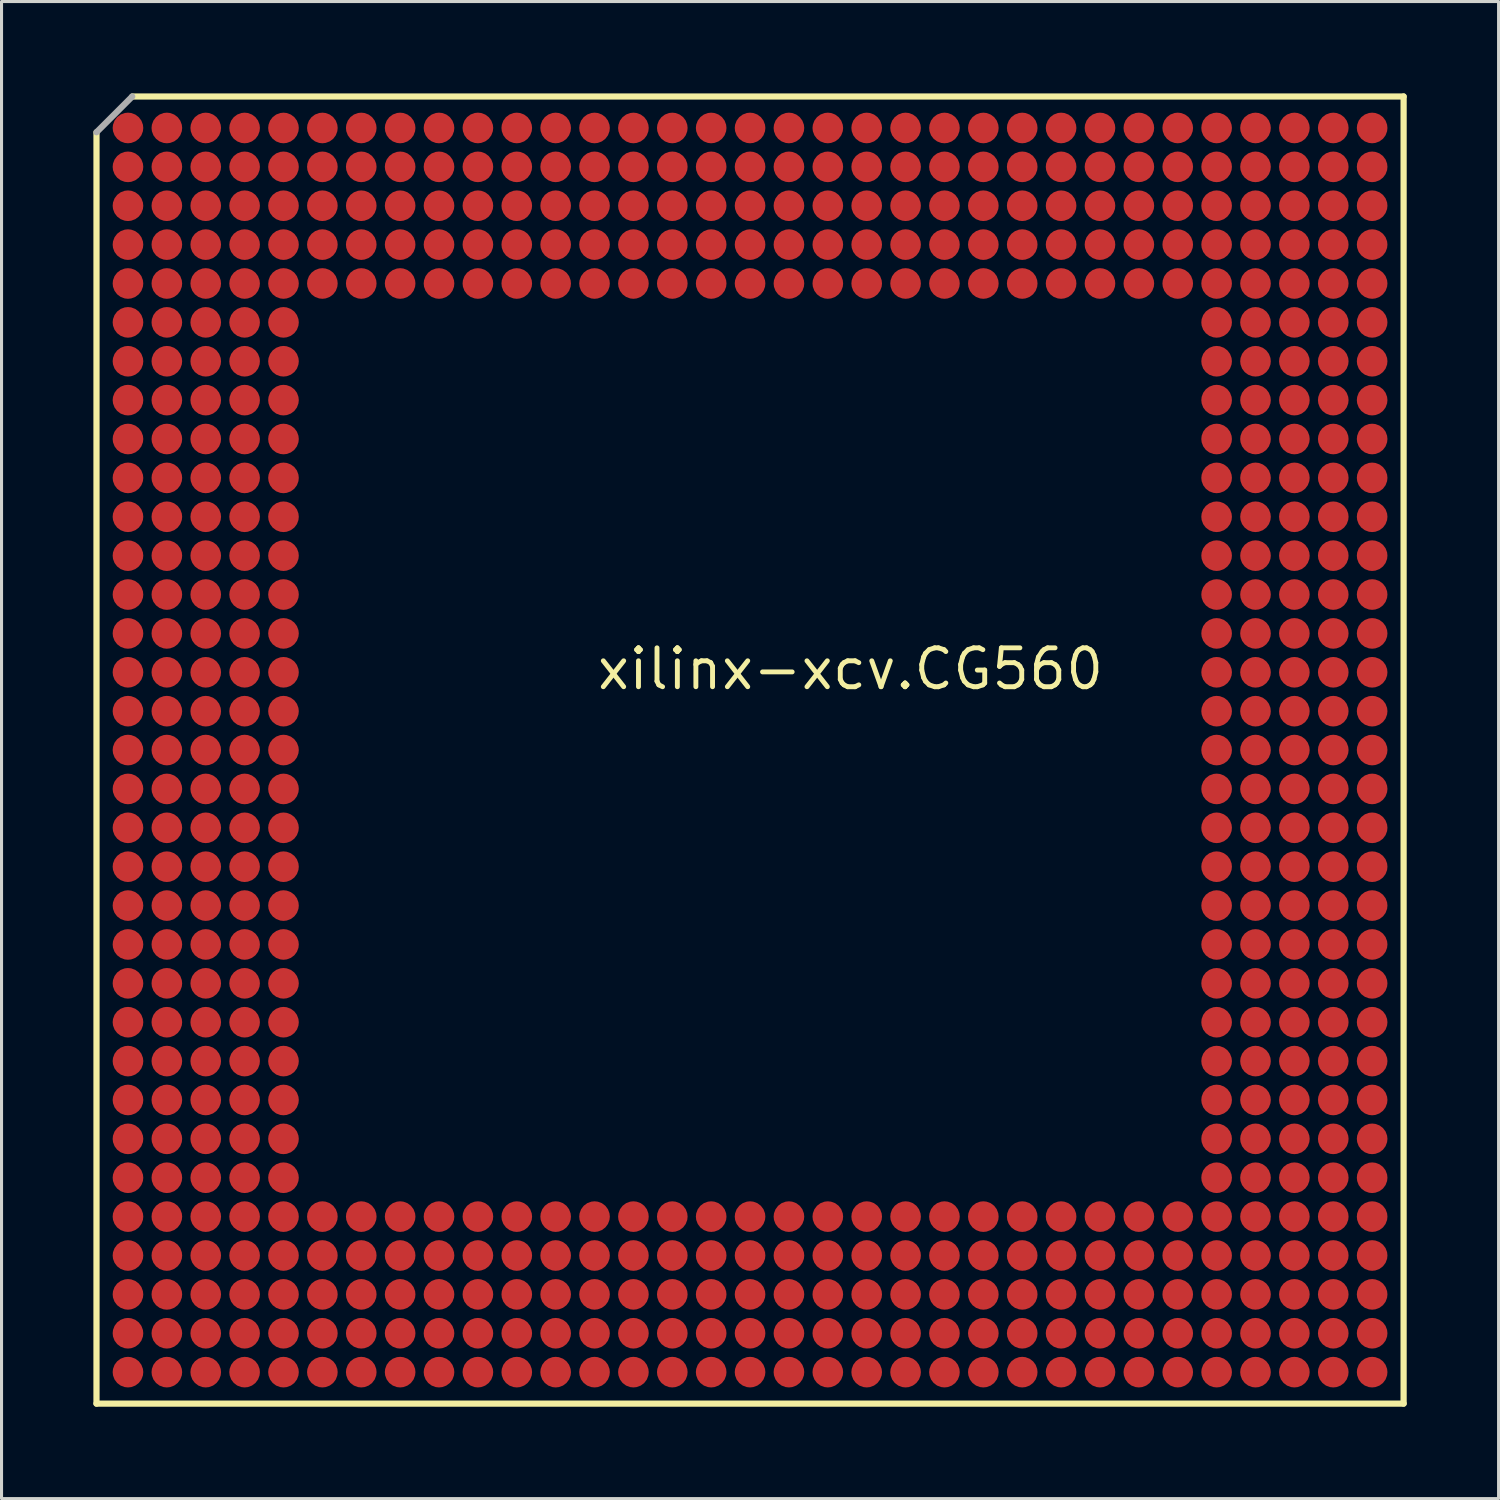
<source format=kicad_pcb>
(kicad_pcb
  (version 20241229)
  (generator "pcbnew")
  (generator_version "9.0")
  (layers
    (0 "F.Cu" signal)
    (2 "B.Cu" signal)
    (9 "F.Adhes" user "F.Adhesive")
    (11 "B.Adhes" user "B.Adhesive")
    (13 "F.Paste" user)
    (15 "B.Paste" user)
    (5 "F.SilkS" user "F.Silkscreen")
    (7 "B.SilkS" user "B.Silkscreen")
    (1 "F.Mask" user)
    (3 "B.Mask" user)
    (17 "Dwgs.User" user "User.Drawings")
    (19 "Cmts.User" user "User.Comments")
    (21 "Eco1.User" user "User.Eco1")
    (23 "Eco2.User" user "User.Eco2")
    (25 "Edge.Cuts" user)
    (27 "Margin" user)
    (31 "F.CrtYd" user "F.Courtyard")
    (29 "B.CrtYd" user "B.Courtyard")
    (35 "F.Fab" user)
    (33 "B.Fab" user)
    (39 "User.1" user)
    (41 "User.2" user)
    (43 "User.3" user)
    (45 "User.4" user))
  (footprint "xilinx-xcv.CG560"
    (layer "F.Cu")
    (at 21.45 21.45)
    (property "Reference" "xilinx-xcv.CG560" (at -5.08 -1.905 0) (layer "F.SilkS") (effects (font (size 1.27 1.27) (thickness 0.16)) (justify left bottom)))
    (attr smd)
    (fp_circle (center -20.32 -20.32) (end -19.92 -20.32) (stroke (width 0.1) (type default)) (fill no) (layer "F.Mask"))
    (fp_circle (center -20.32 -19.05) (end -19.92 -19.05) (stroke (width 0.1) (type default)) (fill no) (layer "F.Mask"))
    (fp_circle (center -20.32 -17.78) (end -19.92 -17.78) (stroke (width 0.1) (type default)) (fill no) (layer "F.Mask"))
    (fp_circle (center -20.32 -16.51) (end -19.92 -16.51) (stroke (width 0.1) (type default)) (fill no) (layer "F.Mask"))
    (fp_circle (center -20.32 -15.24) (end -19.92 -15.24) (stroke (width 0.1) (type default)) (fill no) (layer "F.Mask"))
    (fp_circle (center -20.32 -13.97) (end -19.92 -13.97) (stroke (width 0.1) (type default)) (fill no) (layer "F.Mask"))
    (fp_circle (center -20.32 -12.7) (end -19.92 -12.7) (stroke (width 0.1) (type default)) (fill no) (layer "F.Mask"))
    (fp_circle (center -20.32 -11.43) (end -19.92 -11.43) (stroke (width 0.1) (type default)) (fill no) (layer "F.Mask"))
    (fp_circle (center -20.32 -10.16) (end -19.92 -10.16) (stroke (width 0.1) (type default)) (fill no) (layer "F.Mask"))
    (fp_circle (center -20.32 -8.89) (end -19.92 -8.89) (stroke (width 0.1) (type default)) (fill no) (layer "F.Mask"))
    (fp_circle (center -20.32 -7.62) (end -19.92 -7.62) (stroke (width 0.1) (type default)) (fill no) (layer "F.Mask"))
    (fp_circle (center -20.32 -6.35) (end -19.92 -6.35) (stroke (width 0.1) (type default)) (fill no) (layer "F.Mask"))
    (fp_circle (center -20.32 -5.08) (end -19.92 -5.08) (stroke (width 0.1) (type default)) (fill no) (layer "F.Mask"))
    (fp_circle (center -20.32 -3.81) (end -19.92 -3.81) (stroke (width 0.1) (type default)) (fill no) (layer "F.Mask"))
    (fp_circle (center -20.32 -2.54) (end -19.92 -2.54) (stroke (width 0.1) (type default)) (fill no) (layer "F.Mask"))
    (fp_circle (center -20.32 -1.27) (end -19.92 -1.27) (stroke (width 0.1) (type default)) (fill no) (layer "F.Mask"))
    (fp_circle (center -20.32 0) (end -19.92 0) (stroke (width 0.1) (type default)) (fill no) (layer "F.Mask"))
    (fp_circle (center -20.32 1.27) (end -19.92 1.27) (stroke (width 0.1) (type default)) (fill no) (layer "F.Mask"))
    (fp_circle (center -20.32 2.54) (end -19.92 2.54) (stroke (width 0.1) (type default)) (fill no) (layer "F.Mask"))
    (fp_circle (center -20.32 3.81) (end -19.92 3.81) (stroke (width 0.1) (type default)) (fill no) (layer "F.Mask"))
    (fp_circle (center -20.32 5.08) (end -19.92 5.08) (stroke (width 0.1) (type default)) (fill no) (layer "F.Mask"))
    (fp_circle (center -20.32 6.35) (end -19.92 6.35) (stroke (width 0.1) (type default)) (fill no) (layer "F.Mask"))
    (fp_circle (center -20.32 7.62) (end -19.92 7.62) (stroke (width 0.1) (type default)) (fill no) (layer "F.Mask"))
    (fp_circle (center -20.32 8.89) (end -19.92 8.89) (stroke (width 0.1) (type default)) (fill no) (layer "F.Mask"))
    (fp_circle (center -20.32 10.16) (end -19.92 10.16) (stroke (width 0.1) (type default)) (fill no) (layer "F.Mask"))
    (fp_circle (center -20.32 11.43) (end -19.92 11.43) (stroke (width 0.1) (type default)) (fill no) (layer "F.Mask"))
    (fp_circle (center -20.32 12.7) (end -19.92 12.7) (stroke (width 0.1) (type default)) (fill no) (layer "F.Mask"))
    (fp_circle (center -20.32 13.97) (end -19.92 13.97) (stroke (width 0.1) (type default)) (fill no) (layer "F.Mask"))
    (fp_circle (center -20.32 15.24) (end -19.92 15.24) (stroke (width 0.1) (type default)) (fill no) (layer "F.Mask"))
    (fp_circle (center -20.32 16.51) (end -19.92 16.51) (stroke (width 0.1) (type default)) (fill no) (layer "F.Mask"))
    (fp_circle (center -20.32 17.78) (end -19.92 17.78) (stroke (width 0.1) (type default)) (fill no) (layer "F.Mask"))
    (fp_circle (center -20.32 19.05) (end -19.92 19.05) (stroke (width 0.1) (type default)) (fill no) (layer "F.Mask"))
    (fp_circle (center -20.32 20.32) (end -19.92 20.32) (stroke (width 0.1) (type default)) (fill no) (layer "F.Mask"))
    (fp_circle (center -19.05 -20.32) (end -18.65 -20.32) (stroke (width 0.1) (type default)) (fill no) (layer "F.Mask"))
    (fp_circle (center -19.05 -19.05) (end -18.65 -19.05) (stroke (width 0.1) (type default)) (fill no) (layer "F.Mask"))
    (fp_circle (center -19.05 -17.78) (end -18.65 -17.78) (stroke (width 0.1) (type default)) (fill no) (layer "F.Mask"))
    (fp_circle (center -19.05 -16.51) (end -18.65 -16.51) (stroke (width 0.1) (type default)) (fill no) (layer "F.Mask"))
    (fp_circle (center -19.05 -15.24) (end -18.65 -15.24) (stroke (width 0.1) (type default)) (fill no) (layer "F.Mask"))
    (fp_circle (center -19.05 -13.97) (end -18.65 -13.97) (stroke (width 0.1) (type default)) (fill no) (layer "F.Mask"))
    (fp_circle (center -19.05 -12.7) (end -18.65 -12.7) (stroke (width 0.1) (type default)) (fill no) (layer "F.Mask"))
    (fp_circle (center -19.05 -11.43) (end -18.65 -11.43) (stroke (width 0.1) (type default)) (fill no) (layer "F.Mask"))
    (fp_circle (center -19.05 -10.16) (end -18.65 -10.16) (stroke (width 0.1) (type default)) (fill no) (layer "F.Mask"))
    (fp_circle (center -19.05 -8.89) (end -18.65 -8.89) (stroke (width 0.1) (type default)) (fill no) (layer "F.Mask"))
    (fp_circle (center -19.05 -7.62) (end -18.65 -7.62) (stroke (width 0.1) (type default)) (fill no) (layer "F.Mask"))
    (fp_circle (center -19.05 -6.35) (end -18.65 -6.35) (stroke (width 0.1) (type default)) (fill no) (layer "F.Mask"))
    (fp_circle (center -19.05 -5.08) (end -18.65 -5.08) (stroke (width 0.1) (type default)) (fill no) (layer "F.Mask"))
    (fp_circle (center -19.05 -3.81) (end -18.65 -3.81) (stroke (width 0.1) (type default)) (fill no) (layer "F.Mask"))
    (fp_circle (center -19.05 -2.54) (end -18.65 -2.54) (stroke (width 0.1) (type default)) (fill no) (layer "F.Mask"))
    (fp_circle (center -19.05 -1.27) (end -18.65 -1.27) (stroke (width 0.1) (type default)) (fill no) (layer "F.Mask"))
    (fp_circle (center -19.05 0) (end -18.65 0) (stroke (width 0.1) (type default)) (fill no) (layer "F.Mask"))
    (fp_circle (center -19.05 1.27) (end -18.65 1.27) (stroke (width 0.1) (type default)) (fill no) (layer "F.Mask"))
    (fp_circle (center -19.05 2.54) (end -18.65 2.54) (stroke (width 0.1) (type default)) (fill no) (layer "F.Mask"))
    (fp_circle (center -19.05 3.81) (end -18.65 3.81) (stroke (width 0.1) (type default)) (fill no) (layer "F.Mask"))
    (fp_circle (center -19.05 5.08) (end -18.65 5.08) (stroke (width 0.1) (type default)) (fill no) (layer "F.Mask"))
    (fp_circle (center -19.05 6.35) (end -18.65 6.35) (stroke (width 0.1) (type default)) (fill no) (layer "F.Mask"))
    (fp_circle (center -19.05 7.62) (end -18.65 7.62) (stroke (width 0.1) (type default)) (fill no) (layer "F.Mask"))
    (fp_circle (center -19.05 8.89) (end -18.65 8.89) (stroke (width 0.1) (type default)) (fill no) (layer "F.Mask"))
    (fp_circle (center -19.05 10.16) (end -18.65 10.16) (stroke (width 0.1) (type default)) (fill no) (layer "F.Mask"))
    (fp_circle (center -19.05 11.43) (end -18.65 11.43) (stroke (width 0.1) (type default)) (fill no) (layer "F.Mask"))
    (fp_circle (center -19.05 12.7) (end -18.65 12.7) (stroke (width 0.1) (type default)) (fill no) (layer "F.Mask"))
    (fp_circle (center -19.05 13.97) (end -18.65 13.97) (stroke (width 0.1) (type default)) (fill no) (layer "F.Mask"))
    (fp_circle (center -19.05 15.24) (end -18.65 15.24) (stroke (width 0.1) (type default)) (fill no) (layer "F.Mask"))
    (fp_circle (center -19.05 16.51) (end -18.65 16.51) (stroke (width 0.1) (type default)) (fill no) (layer "F.Mask"))
    (fp_circle (center -19.05 17.78) (end -18.65 17.78) (stroke (width 0.1) (type default)) (fill no) (layer "F.Mask"))
    (fp_circle (center -19.05 19.05) (end -18.65 19.05) (stroke (width 0.1) (type default)) (fill no) (layer "F.Mask"))
    (fp_circle (center -19.05 20.32) (end -18.65 20.32) (stroke (width 0.1) (type default)) (fill no) (layer "F.Mask"))
    (fp_circle (center -17.78 -20.32) (end -17.38 -20.32) (stroke (width 0.1) (type default)) (fill no) (layer "F.Mask"))
    (fp_circle (center -17.78 -19.05) (end -17.38 -19.05) (stroke (width 0.1) (type default)) (fill no) (layer "F.Mask"))
    (fp_circle (center -17.78 -17.78) (end -17.38 -17.78) (stroke (width 0.1) (type default)) (fill no) (layer "F.Mask"))
    (fp_circle (center -17.78 -16.51) (end -17.38 -16.51) (stroke (width 0.1) (type default)) (fill no) (layer "F.Mask"))
    (fp_circle (center -17.78 -15.24) (end -17.38 -15.24) (stroke (width 0.1) (type default)) (fill no) (layer "F.Mask"))
    (fp_circle (center -17.78 -13.97) (end -17.38 -13.97) (stroke (width 0.1) (type default)) (fill no) (layer "F.Mask"))
    (fp_circle (center -17.78 -12.7) (end -17.38 -12.7) (stroke (width 0.1) (type default)) (fill no) (layer "F.Mask"))
    (fp_circle (center -17.78 -11.43) (end -17.38 -11.43) (stroke (width 0.1) (type default)) (fill no) (layer "F.Mask"))
    (fp_circle (center -17.78 -10.16) (end -17.38 -10.16) (stroke (width 0.1) (type default)) (fill no) (layer "F.Mask"))
    (fp_circle (center -17.78 -8.89) (end -17.38 -8.89) (stroke (width 0.1) (type default)) (fill no) (layer "F.Mask"))
    (fp_circle (center -17.78 -7.62) (end -17.38 -7.62) (stroke (width 0.1) (type default)) (fill no) (layer "F.Mask"))
    (fp_circle (center -17.78 -6.35) (end -17.38 -6.35) (stroke (width 0.1) (type default)) (fill no) (layer "F.Mask"))
    (fp_circle (center -17.78 -5.08) (end -17.38 -5.08) (stroke (width 0.1) (type default)) (fill no) (layer "F.Mask"))
    (fp_circle (center -17.78 -3.81) (end -17.38 -3.81) (stroke (width 0.1) (type default)) (fill no) (layer "F.Mask"))
    (fp_circle (center -17.78 -2.54) (end -17.38 -2.54) (stroke (width 0.1) (type default)) (fill no) (layer "F.Mask"))
    (fp_circle (center -17.78 -1.27) (end -17.38 -1.27) (stroke (width 0.1) (type default)) (fill no) (layer "F.Mask"))
    (fp_circle (center -17.78 0) (end -17.38 0) (stroke (width 0.1) (type default)) (fill no) (layer "F.Mask"))
    (fp_circle (center -17.78 1.27) (end -17.38 1.27) (stroke (width 0.1) (type default)) (fill no) (layer "F.Mask"))
    (fp_circle (center -17.78 2.54) (end -17.38 2.54) (stroke (width 0.1) (type default)) (fill no) (layer "F.Mask"))
    (fp_circle (center -17.78 3.81) (end -17.38 3.81) (stroke (width 0.1) (type default)) (fill no) (layer "F.Mask"))
    (fp_circle (center -17.78 5.08) (end -17.38 5.08) (stroke (width 0.1) (type default)) (fill no) (layer "F.Mask"))
    (fp_circle (center -17.78 6.35) (end -17.38 6.35) (stroke (width 0.1) (type default)) (fill no) (layer "F.Mask"))
    (fp_circle (center -17.78 7.62) (end -17.38 7.62) (stroke (width 0.1) (type default)) (fill no) (layer "F.Mask"))
    (fp_circle (center -17.78 8.89) (end -17.38 8.89) (stroke (width 0.1) (type default)) (fill no) (layer "F.Mask"))
    (fp_circle (center -17.78 10.16) (end -17.38 10.16) (stroke (width 0.1) (type default)) (fill no) (layer "F.Mask"))
    (fp_circle (center -17.78 11.43) (end -17.38 11.43) (stroke (width 0.1) (type default)) (fill no) (layer "F.Mask"))
    (fp_circle (center -17.78 12.7) (end -17.38 12.7) (stroke (width 0.1) (type default)) (fill no) (layer "F.Mask"))
    (fp_circle (center -17.78 13.97) (end -17.38 13.97) (stroke (width 0.1) (type default)) (fill no) (layer "F.Mask"))
    (fp_circle (center -17.78 15.24) (end -17.38 15.24) (stroke (width 0.1) (type default)) (fill no) (layer "F.Mask"))
    (fp_circle (center -17.78 16.51) (end -17.38 16.51) (stroke (width 0.1) (type default)) (fill no) (layer "F.Mask"))
    (fp_circle (center -17.78 17.78) (end -17.38 17.78) (stroke (width 0.1) (type default)) (fill no) (layer "F.Mask"))
    (fp_circle (center -17.78 19.05) (end -17.38 19.05) (stroke (width 0.1) (type default)) (fill no) (layer "F.Mask"))
    (fp_circle (center -17.78 20.32) (end -17.38 20.32) (stroke (width 0.1) (type default)) (fill no) (layer "F.Mask"))
    (fp_circle (center -16.51 -20.32) (end -16.11 -20.32) (stroke (width 0.1) (type default)) (fill no) (layer "F.Mask"))
    (fp_circle (center -16.51 -19.05) (end -16.11 -19.05) (stroke (width 0.1) (type default)) (fill no) (layer "F.Mask"))
    (fp_circle (center -16.51 -17.78) (end -16.11 -17.78) (stroke (width 0.1) (type default)) (fill no) (layer "F.Mask"))
    (fp_circle (center -16.51 -16.51) (end -16.11 -16.51) (stroke (width 0.1) (type default)) (fill no) (layer "F.Mask"))
    (fp_circle (center -16.51 -15.24) (end -16.11 -15.24) (stroke (width 0.1) (type default)) (fill no) (layer "F.Mask"))
    (fp_circle (center -16.51 -13.97) (end -16.11 -13.97) (stroke (width 0.1) (type default)) (fill no) (layer "F.Mask"))
    (fp_circle (center -16.51 -12.7) (end -16.11 -12.7) (stroke (width 0.1) (type default)) (fill no) (layer "F.Mask"))
    (fp_circle (center -16.51 -11.43) (end -16.11 -11.43) (stroke (width 0.1) (type default)) (fill no) (layer "F.Mask"))
    (fp_circle (center -16.51 -10.16) (end -16.11 -10.16) (stroke (width 0.1) (type default)) (fill no) (layer "F.Mask"))
    (fp_circle (center -16.51 -8.89) (end -16.11 -8.89) (stroke (width 0.1) (type default)) (fill no) (layer "F.Mask"))
    (fp_circle (center -16.51 -7.62) (end -16.11 -7.62) (stroke (width 0.1) (type default)) (fill no) (layer "F.Mask"))
    (fp_circle (center -16.51 -6.35) (end -16.11 -6.35) (stroke (width 0.1) (type default)) (fill no) (layer "F.Mask"))
    (fp_circle (center -16.51 -5.08) (end -16.11 -5.08) (stroke (width 0.1) (type default)) (fill no) (layer "F.Mask"))
    (fp_circle (center -16.51 -3.81) (end -16.11 -3.81) (stroke (width 0.1) (type default)) (fill no) (layer "F.Mask"))
    (fp_circle (center -16.51 -2.54) (end -16.11 -2.54) (stroke (width 0.1) (type default)) (fill no) (layer "F.Mask"))
    (fp_circle (center -16.51 -1.27) (end -16.11 -1.27) (stroke (width 0.1) (type default)) (fill no) (layer "F.Mask"))
    (fp_circle (center -16.51 0) (end -16.11 0) (stroke (width 0.1) (type default)) (fill no) (layer "F.Mask"))
    (fp_circle (center -16.51 1.27) (end -16.11 1.27) (stroke (width 0.1) (type default)) (fill no) (layer "F.Mask"))
    (fp_circle (center -16.51 2.54) (end -16.11 2.54) (stroke (width 0.1) (type default)) (fill no) (layer "F.Mask"))
    (fp_circle (center -16.51 3.81) (end -16.11 3.81) (stroke (width 0.1) (type default)) (fill no) (layer "F.Mask"))
    (fp_circle (center -16.51 5.08) (end -16.11 5.08) (stroke (width 0.1) (type default)) (fill no) (layer "F.Mask"))
    (fp_circle (center -16.51 6.35) (end -16.11 6.35) (stroke (width 0.1) (type default)) (fill no) (layer "F.Mask"))
    (fp_circle (center -16.51 7.62) (end -16.11 7.62) (stroke (width 0.1) (type default)) (fill no) (layer "F.Mask"))
    (fp_circle (center -16.51 8.89) (end -16.11 8.89) (stroke (width 0.1) (type default)) (fill no) (layer "F.Mask"))
    (fp_circle (center -16.51 10.16) (end -16.11 10.16) (stroke (width 0.1) (type default)) (fill no) (layer "F.Mask"))
    (fp_circle (center -16.51 11.43) (end -16.11 11.43) (stroke (width 0.1) (type default)) (fill no) (layer "F.Mask"))
    (fp_circle (center -16.51 12.7) (end -16.11 12.7) (stroke (width 0.1) (type default)) (fill no) (layer "F.Mask"))
    (fp_circle (center -16.51 13.97) (end -16.11 13.97) (stroke (width 0.1) (type default)) (fill no) (layer "F.Mask"))
    (fp_circle (center -16.51 15.24) (end -16.11 15.24) (stroke (width 0.1) (type default)) (fill no) (layer "F.Mask"))
    (fp_circle (center -16.51 16.51) (end -16.11 16.51) (stroke (width 0.1) (type default)) (fill no) (layer "F.Mask"))
    (fp_circle (center -16.51 17.78) (end -16.11 17.78) (stroke (width 0.1) (type default)) (fill no) (layer "F.Mask"))
    (fp_circle (center -16.51 19.05) (end -16.11 19.05) (stroke (width 0.1) (type default)) (fill no) (layer "F.Mask"))
    (fp_circle (center -16.51 20.32) (end -16.11 20.32) (stroke (width 0.1) (type default)) (fill no) (layer "F.Mask"))
    (fp_circle (center -15.24 -20.32) (end -14.84 -20.32) (stroke (width 0.1) (type default)) (fill no) (layer "F.Mask"))
    (fp_circle (center -15.24 -19.05) (end -14.84 -19.05) (stroke (width 0.1) (type default)) (fill no) (layer "F.Mask"))
    (fp_circle (center -15.24 -17.78) (end -14.84 -17.78) (stroke (width 0.1) (type default)) (fill no) (layer "F.Mask"))
    (fp_circle (center -15.24 -16.51) (end -14.84 -16.51) (stroke (width 0.1) (type default)) (fill no) (layer "F.Mask"))
    (fp_circle (center -15.24 -15.24) (end -14.84 -15.24) (stroke (width 0.1) (type default)) (fill no) (layer "F.Mask"))
    (fp_circle (center -15.24 -13.97) (end -14.84 -13.97) (stroke (width 0.1) (type default)) (fill no) (layer "F.Mask"))
    (fp_circle (center -15.24 -12.7) (end -14.84 -12.7) (stroke (width 0.1) (type default)) (fill no) (layer "F.Mask"))
    (fp_circle (center -15.24 -11.43) (end -14.84 -11.43) (stroke (width 0.1) (type default)) (fill no) (layer "F.Mask"))
    (fp_circle (center -15.24 -10.16) (end -14.84 -10.16) (stroke (width 0.1) (type default)) (fill no) (layer "F.Mask"))
    (fp_circle (center -15.24 -8.89) (end -14.84 -8.89) (stroke (width 0.1) (type default)) (fill no) (layer "F.Mask"))
    (fp_circle (center -15.24 -7.62) (end -14.84 -7.62) (stroke (width 0.1) (type default)) (fill no) (layer "F.Mask"))
    (fp_circle (center -15.24 -6.35) (end -14.84 -6.35) (stroke (width 0.1) (type default)) (fill no) (layer "F.Mask"))
    (fp_circle (center -15.24 -5.08) (end -14.84 -5.08) (stroke (width 0.1) (type default)) (fill no) (layer "F.Mask"))
    (fp_circle (center -15.24 -3.81) (end -14.84 -3.81) (stroke (width 0.1) (type default)) (fill no) (layer "F.Mask"))
    (fp_circle (center -15.24 -2.54) (end -14.84 -2.54) (stroke (width 0.1) (type default)) (fill no) (layer "F.Mask"))
    (fp_circle (center -15.24 -1.27) (end -14.84 -1.27) (stroke (width 0.1) (type default)) (fill no) (layer "F.Mask"))
    (fp_circle (center -15.24 0) (end -14.84 0) (stroke (width 0.1) (type default)) (fill no) (layer "F.Mask"))
    (fp_circle (center -15.24 1.27) (end -14.84 1.27) (stroke (width 0.1) (type default)) (fill no) (layer "F.Mask"))
    (fp_circle (center -15.24 2.54) (end -14.84 2.54) (stroke (width 0.1) (type default)) (fill no) (layer "F.Mask"))
    (fp_circle (center -15.24 3.81) (end -14.84 3.81) (stroke (width 0.1) (type default)) (fill no) (layer "F.Mask"))
    (fp_circle (center -15.24 5.08) (end -14.84 5.08) (stroke (width 0.1) (type default)) (fill no) (layer "F.Mask"))
    (fp_circle (center -15.24 6.35) (end -14.84 6.35) (stroke (width 0.1) (type default)) (fill no) (layer "F.Mask"))
    (fp_circle (center -15.24 7.62) (end -14.84 7.62) (stroke (width 0.1) (type default)) (fill no) (layer "F.Mask"))
    (fp_circle (center -15.24 8.89) (end -14.84 8.89) (stroke (width 0.1) (type default)) (fill no) (layer "F.Mask"))
    (fp_circle (center -15.24 10.16) (end -14.84 10.16) (stroke (width 0.1) (type default)) (fill no) (layer "F.Mask"))
    (fp_circle (center -15.24 11.43) (end -14.84 11.43) (stroke (width 0.1) (type default)) (fill no) (layer "F.Mask"))
    (fp_circle (center -15.24 12.7) (end -14.84 12.7) (stroke (width 0.1) (type default)) (fill no) (layer "F.Mask"))
    (fp_circle (center -15.24 13.97) (end -14.84 13.97) (stroke (width 0.1) (type default)) (fill no) (layer "F.Mask"))
    (fp_circle (center -15.24 15.24) (end -14.84 15.24) (stroke (width 0.1) (type default)) (fill no) (layer "F.Mask"))
    (fp_circle (center -15.24 16.51) (end -14.84 16.51) (stroke (width 0.1) (type default)) (fill no) (layer "F.Mask"))
    (fp_circle (center -15.24 17.78) (end -14.84 17.78) (stroke (width 0.1) (type default)) (fill no) (layer "F.Mask"))
    (fp_circle (center -15.24 19.05) (end -14.84 19.05) (stroke (width 0.1) (type default)) (fill no) (layer "F.Mask"))
    (fp_circle (center -15.24 20.32) (end -14.84 20.32) (stroke (width 0.1) (type default)) (fill no) (layer "F.Mask"))
    (fp_circle (center -13.97 -20.32) (end -13.57 -20.32) (stroke (width 0.1) (type default)) (fill no) (layer "F.Mask"))
    (fp_circle (center -13.97 -19.05) (end -13.57 -19.05) (stroke (width 0.1) (type default)) (fill no) (layer "F.Mask"))
    (fp_circle (center -13.97 -17.78) (end -13.57 -17.78) (stroke (width 0.1) (type default)) (fill no) (layer "F.Mask"))
    (fp_circle (center -13.97 -16.51) (end -13.57 -16.51) (stroke (width 0.1) (type default)) (fill no) (layer "F.Mask"))
    (fp_circle (center -13.97 -15.24) (end -13.57 -15.24) (stroke (width 0.1) (type default)) (fill no) (layer "F.Mask"))
    (fp_circle (center -13.97 15.24) (end -13.57 15.24) (stroke (width 0.1) (type default)) (fill no) (layer "F.Mask"))
    (fp_circle (center -13.97 16.51) (end -13.57 16.51) (stroke (width 0.1) (type default)) (fill no) (layer "F.Mask"))
    (fp_circle (center -13.97 17.78) (end -13.57 17.78) (stroke (width 0.1) (type default)) (fill no) (layer "F.Mask"))
    (fp_circle (center -13.97 19.05) (end -13.57 19.05) (stroke (width 0.1) (type default)) (fill no) (layer "F.Mask"))
    (fp_circle (center -13.97 20.32) (end -13.57 20.32) (stroke (width 0.1) (type default)) (fill no) (layer "F.Mask"))
    (fp_circle (center -12.7 -20.32) (end -12.3 -20.32) (stroke (width 0.1) (type default)) (fill no) (layer "F.Mask"))
    (fp_circle (center -12.7 -19.05) (end -12.3 -19.05) (stroke (width 0.1) (type default)) (fill no) (layer "F.Mask"))
    (fp_circle (center -12.7 -17.78) (end -12.3 -17.78) (stroke (width 0.1) (type default)) (fill no) (layer "F.Mask"))
    (fp_circle (center -12.7 -16.51) (end -12.3 -16.51) (stroke (width 0.1) (type default)) (fill no) (layer "F.Mask"))
    (fp_circle (center -12.7 -15.24) (end -12.3 -15.24) (stroke (width 0.1) (type default)) (fill no) (layer "F.Mask"))
    (fp_circle (center -12.7 15.24) (end -12.3 15.24) (stroke (width 0.1) (type default)) (fill no) (layer "F.Mask"))
    (fp_circle (center -12.7 16.51) (end -12.3 16.51) (stroke (width 0.1) (type default)) (fill no) (layer "F.Mask"))
    (fp_circle (center -12.7 17.78) (end -12.3 17.78) (stroke (width 0.1) (type default)) (fill no) (layer "F.Mask"))
    (fp_circle (center -12.7 19.05) (end -12.3 19.05) (stroke (width 0.1) (type default)) (fill no) (layer "F.Mask"))
    (fp_circle (center -12.7 20.32) (end -12.3 20.32) (stroke (width 0.1) (type default)) (fill no) (layer "F.Mask"))
    (fp_circle (center -11.43 -20.32) (end -11.03 -20.32) (stroke (width 0.1) (type default)) (fill no) (layer "F.Mask"))
    (fp_circle (center -11.43 -19.05) (end -11.03 -19.05) (stroke (width 0.1) (type default)) (fill no) (layer "F.Mask"))
    (fp_circle (center -11.43 -17.78) (end -11.03 -17.78) (stroke (width 0.1) (type default)) (fill no) (layer "F.Mask"))
    (fp_circle (center -11.43 -16.51) (end -11.03 -16.51) (stroke (width 0.1) (type default)) (fill no) (layer "F.Mask"))
    (fp_circle (center -11.43 -15.24) (end -11.03 -15.24) (stroke (width 0.1) (type default)) (fill no) (layer "F.Mask"))
    (fp_circle (center -11.43 15.24) (end -11.03 15.24) (stroke (width 0.1) (type default)) (fill no) (layer "F.Mask"))
    (fp_circle (center -11.43 16.51) (end -11.03 16.51) (stroke (width 0.1) (type default)) (fill no) (layer "F.Mask"))
    (fp_circle (center -11.43 17.78) (end -11.03 17.78) (stroke (width 0.1) (type default)) (fill no) (layer "F.Mask"))
    (fp_circle (center -11.43 19.05) (end -11.03 19.05) (stroke (width 0.1) (type default)) (fill no) (layer "F.Mask"))
    (fp_circle (center -11.43 20.32) (end -11.03 20.32) (stroke (width 0.1) (type default)) (fill no) (layer "F.Mask"))
    (fp_circle (center -10.16 -20.32) (end -9.76 -20.32) (stroke (width 0.1) (type default)) (fill no) (layer "F.Mask"))
    (fp_circle (center -10.16 -19.05) (end -9.76 -19.05) (stroke (width 0.1) (type default)) (fill no) (layer "F.Mask"))
    (fp_circle (center -10.16 -17.78) (end -9.76 -17.78) (stroke (width 0.1) (type default)) (fill no) (layer "F.Mask"))
    (fp_circle (center -10.16 -16.51) (end -9.76 -16.51) (stroke (width 0.1) (type default)) (fill no) (layer "F.Mask"))
    (fp_circle (center -10.16 -15.24) (end -9.76 -15.24) (stroke (width 0.1) (type default)) (fill no) (layer "F.Mask"))
    (fp_circle (center -10.16 15.24) (end -9.76 15.24) (stroke (width 0.1) (type default)) (fill no) (layer "F.Mask"))
    (fp_circle (center -10.16 16.51) (end -9.76 16.51) (stroke (width 0.1) (type default)) (fill no) (layer "F.Mask"))
    (fp_circle (center -10.16 17.78) (end -9.76 17.78) (stroke (width 0.1) (type default)) (fill no) (layer "F.Mask"))
    (fp_circle (center -10.16 19.05) (end -9.76 19.05) (stroke (width 0.1) (type default)) (fill no) (layer "F.Mask"))
    (fp_circle (center -10.16 20.32) (end -9.76 20.32) (stroke (width 0.1) (type default)) (fill no) (layer "F.Mask"))
    (fp_circle (center -8.89 -20.32) (end -8.49 -20.32) (stroke (width 0.1) (type default)) (fill no) (layer "F.Mask"))
    (fp_circle (center -8.89 -19.05) (end -8.49 -19.05) (stroke (width 0.1) (type default)) (fill no) (layer "F.Mask"))
    (fp_circle (center -8.89 -17.78) (end -8.49 -17.78) (stroke (width 0.1) (type default)) (fill no) (layer "F.Mask"))
    (fp_circle (center -8.89 -16.51) (end -8.49 -16.51) (stroke (width 0.1) (type default)) (fill no) (layer "F.Mask"))
    (fp_circle (center -8.89 -15.24) (end -8.49 -15.24) (stroke (width 0.1) (type default)) (fill no) (layer "F.Mask"))
    (fp_circle (center -8.89 15.24) (end -8.49 15.24) (stroke (width 0.1) (type default)) (fill no) (layer "F.Mask"))
    (fp_circle (center -8.89 16.51) (end -8.49 16.51) (stroke (width 0.1) (type default)) (fill no) (layer "F.Mask"))
    (fp_circle (center -8.89 17.78) (end -8.49 17.78) (stroke (width 0.1) (type default)) (fill no) (layer "F.Mask"))
    (fp_circle (center -8.89 19.05) (end -8.49 19.05) (stroke (width 0.1) (type default)) (fill no) (layer "F.Mask"))
    (fp_circle (center -8.89 20.32) (end -8.49 20.32) (stroke (width 0.1) (type default)) (fill no) (layer "F.Mask"))
    (fp_circle (center -7.62 -20.32) (end -7.22 -20.32) (stroke (width 0.1) (type default)) (fill no) (layer "F.Mask"))
    (fp_circle (center -7.62 -19.05) (end -7.22 -19.05) (stroke (width 0.1) (type default)) (fill no) (layer "F.Mask"))
    (fp_circle (center -7.62 -17.78) (end -7.22 -17.78) (stroke (width 0.1) (type default)) (fill no) (layer "F.Mask"))
    (fp_circle (center -7.62 -16.51) (end -7.22 -16.51) (stroke (width 0.1) (type default)) (fill no) (layer "F.Mask"))
    (fp_circle (center -7.62 -15.24) (end -7.22 -15.24) (stroke (width 0.1) (type default)) (fill no) (layer "F.Mask"))
    (fp_circle (center -7.62 15.24) (end -7.22 15.24) (stroke (width 0.1) (type default)) (fill no) (layer "F.Mask"))
    (fp_circle (center -7.62 16.51) (end -7.22 16.51) (stroke (width 0.1) (type default)) (fill no) (layer "F.Mask"))
    (fp_circle (center -7.62 17.78) (end -7.22 17.78) (stroke (width 0.1) (type default)) (fill no) (layer "F.Mask"))
    (fp_circle (center -7.62 19.05) (end -7.22 19.05) (stroke (width 0.1) (type default)) (fill no) (layer "F.Mask"))
    (fp_circle (center -7.62 20.32) (end -7.22 20.32) (stroke (width 0.1) (type default)) (fill no) (layer "F.Mask"))
    (fp_circle (center -6.35 -20.32) (end -5.95 -20.32) (stroke (width 0.1) (type default)) (fill no) (layer "F.Mask"))
    (fp_circle (center -6.35 -19.05) (end -5.95 -19.05) (stroke (width 0.1) (type default)) (fill no) (layer "F.Mask"))
    (fp_circle (center -6.35 -17.78) (end -5.95 -17.78) (stroke (width 0.1) (type default)) (fill no) (layer "F.Mask"))
    (fp_circle (center -6.35 -16.51) (end -5.95 -16.51) (stroke (width 0.1) (type default)) (fill no) (layer "F.Mask"))
    (fp_circle (center -6.35 -15.24) (end -5.95 -15.24) (stroke (width 0.1) (type default)) (fill no) (layer "F.Mask"))
    (fp_circle (center -6.35 15.24) (end -5.95 15.24) (stroke (width 0.1) (type default)) (fill no) (layer "F.Mask"))
    (fp_circle (center -6.35 16.51) (end -5.95 16.51) (stroke (width 0.1) (type default)) (fill no) (layer "F.Mask"))
    (fp_circle (center -6.35 17.78) (end -5.95 17.78) (stroke (width 0.1) (type default)) (fill no) (layer "F.Mask"))
    (fp_circle (center -6.35 19.05) (end -5.95 19.05) (stroke (width 0.1) (type default)) (fill no) (layer "F.Mask"))
    (fp_circle (center -6.35 20.32) (end -5.95 20.32) (stroke (width 0.1) (type default)) (fill no) (layer "F.Mask"))
    (fp_circle (center -5.08 -20.32) (end -4.68 -20.32) (stroke (width 0.1) (type default)) (fill no) (layer "F.Mask"))
    (fp_circle (center -5.08 -19.05) (end -4.68 -19.05) (stroke (width 0.1) (type default)) (fill no) (layer "F.Mask"))
    (fp_circle (center -5.08 -17.78) (end -4.68 -17.78) (stroke (width 0.1) (type default)) (fill no) (layer "F.Mask"))
    (fp_circle (center -5.08 -16.51) (end -4.68 -16.51) (stroke (width 0.1) (type default)) (fill no) (layer "F.Mask"))
    (fp_circle (center -5.08 -15.24) (end -4.68 -15.24) (stroke (width 0.1) (type default)) (fill no) (layer "F.Mask"))
    (fp_circle (center -5.08 15.24) (end -4.68 15.24) (stroke (width 0.1) (type default)) (fill no) (layer "F.Mask"))
    (fp_circle (center -5.08 16.51) (end -4.68 16.51) (stroke (width 0.1) (type default)) (fill no) (layer "F.Mask"))
    (fp_circle (center -5.08 17.78) (end -4.68 17.78) (stroke (width 0.1) (type default)) (fill no) (layer "F.Mask"))
    (fp_circle (center -5.08 19.05) (end -4.68 19.05) (stroke (width 0.1) (type default)) (fill no) (layer "F.Mask"))
    (fp_circle (center -5.08 20.32) (end -4.68 20.32) (stroke (width 0.1) (type default)) (fill no) (layer "F.Mask"))
    (fp_circle (center -3.81 -20.32) (end -3.41 -20.32) (stroke (width 0.1) (type default)) (fill no) (layer "F.Mask"))
    (fp_circle (center -3.81 -19.05) (end -3.41 -19.05) (stroke (width 0.1) (type default)) (fill no) (layer "F.Mask"))
    (fp_circle (center -3.81 -17.78) (end -3.41 -17.78) (stroke (width 0.1) (type default)) (fill no) (layer "F.Mask"))
    (fp_circle (center -3.81 -16.51) (end -3.41 -16.51) (stroke (width 0.1) (type default)) (fill no) (layer "F.Mask"))
    (fp_circle (center -3.81 -15.24) (end -3.41 -15.24) (stroke (width 0.1) (type default)) (fill no) (layer "F.Mask"))
    (fp_circle (center -3.81 15.24) (end -3.41 15.24) (stroke (width 0.1) (type default)) (fill no) (layer "F.Mask"))
    (fp_circle (center -3.81 16.51) (end -3.41 16.51) (stroke (width 0.1) (type default)) (fill no) (layer "F.Mask"))
    (fp_circle (center -3.81 17.78) (end -3.41 17.78) (stroke (width 0.1) (type default)) (fill no) (layer "F.Mask"))
    (fp_circle (center -3.81 19.05) (end -3.41 19.05) (stroke (width 0.1) (type default)) (fill no) (layer "F.Mask"))
    (fp_circle (center -3.81 20.32) (end -3.41 20.32) (stroke (width 0.1) (type default)) (fill no) (layer "F.Mask"))
    (fp_circle (center -2.54 -20.32) (end -2.14 -20.32) (stroke (width 0.1) (type default)) (fill no) (layer "F.Mask"))
    (fp_circle (center -2.54 -19.05) (end -2.14 -19.05) (stroke (width 0.1) (type default)) (fill no) (layer "F.Mask"))
    (fp_circle (center -2.54 -17.78) (end -2.14 -17.78) (stroke (width 0.1) (type default)) (fill no) (layer "F.Mask"))
    (fp_circle (center -2.54 -16.51) (end -2.14 -16.51) (stroke (width 0.1) (type default)) (fill no) (layer "F.Mask"))
    (fp_circle (center -2.54 -15.24) (end -2.14 -15.24) (stroke (width 0.1) (type default)) (fill no) (layer "F.Mask"))
    (fp_circle (center -2.54 15.24) (end -2.14 15.24) (stroke (width 0.1) (type default)) (fill no) (layer "F.Mask"))
    (fp_circle (center -2.54 16.51) (end -2.14 16.51) (stroke (width 0.1) (type default)) (fill no) (layer "F.Mask"))
    (fp_circle (center -2.54 17.78) (end -2.14 17.78) (stroke (width 0.1) (type default)) (fill no) (layer "F.Mask"))
    (fp_circle (center -2.54 19.05) (end -2.14 19.05) (stroke (width 0.1) (type default)) (fill no) (layer "F.Mask"))
    (fp_circle (center -2.54 20.32) (end -2.14 20.32) (stroke (width 0.1) (type default)) (fill no) (layer "F.Mask"))
    (fp_circle (center -1.27 -20.32) (end -0.87 -20.32) (stroke (width 0.1) (type default)) (fill no) (layer "F.Mask"))
    (fp_circle (center -1.27 -19.05) (end -0.87 -19.05) (stroke (width 0.1) (type default)) (fill no) (layer "F.Mask"))
    (fp_circle (center -1.27 -17.78) (end -0.87 -17.78) (stroke (width 0.1) (type default)) (fill no) (layer "F.Mask"))
    (fp_circle (center -1.27 -16.51) (end -0.87 -16.51) (stroke (width 0.1) (type default)) (fill no) (layer "F.Mask"))
    (fp_circle (center -1.27 -15.24) (end -0.87 -15.24) (stroke (width 0.1) (type default)) (fill no) (layer "F.Mask"))
    (fp_circle (center -1.27 15.24) (end -0.87 15.24) (stroke (width 0.1) (type default)) (fill no) (layer "F.Mask"))
    (fp_circle (center -1.27 16.51) (end -0.87 16.51) (stroke (width 0.1) (type default)) (fill no) (layer "F.Mask"))
    (fp_circle (center -1.27 17.78) (end -0.87 17.78) (stroke (width 0.1) (type default)) (fill no) (layer "F.Mask"))
    (fp_circle (center -1.27 19.05) (end -0.87 19.05) (stroke (width 0.1) (type default)) (fill no) (layer "F.Mask"))
    (fp_circle (center -1.27 20.32) (end -0.87 20.32) (stroke (width 0.1) (type default)) (fill no) (layer "F.Mask"))
    (fp_circle (center 0 -20.32) (end 0.4 -20.32) (stroke (width 0.1) (type default)) (fill no) (layer "F.Mask"))
    (fp_circle (center 0 -19.05) (end 0.4 -19.05) (stroke (width 0.1) (type default)) (fill no) (layer "F.Mask"))
    (fp_circle (center 0 -17.78) (end 0.4 -17.78) (stroke (width 0.1) (type default)) (fill no) (layer "F.Mask"))
    (fp_circle (center 0 -16.51) (end 0.4 -16.51) (stroke (width 0.1) (type default)) (fill no) (layer "F.Mask"))
    (fp_circle (center 0 -15.24) (end 0.4 -15.24) (stroke (width 0.1) (type default)) (fill no) (layer "F.Mask"))
    (fp_circle (center 0 15.24) (end 0.4 15.24) (stroke (width 0.1) (type default)) (fill no) (layer "F.Mask"))
    (fp_circle (center 0 16.51) (end 0.4 16.51) (stroke (width 0.1) (type default)) (fill no) (layer "F.Mask"))
    (fp_circle (center 0 17.78) (end 0.4 17.78) (stroke (width 0.1) (type default)) (fill no) (layer "F.Mask"))
    (fp_circle (center 0 19.05) (end 0.4 19.05) (stroke (width 0.1) (type default)) (fill no) (layer "F.Mask"))
    (fp_circle (center 0 20.32) (end 0.4 20.32) (stroke (width 0.1) (type default)) (fill no) (layer "F.Mask"))
    (fp_circle (center 1.27 -20.32) (end 1.67 -20.32) (stroke (width 0.1) (type default)) (fill no) (layer "F.Mask"))
    (fp_circle (center 1.27 -19.05) (end 1.67 -19.05) (stroke (width 0.1) (type default)) (fill no) (layer "F.Mask"))
    (fp_circle (center 1.27 -17.78) (end 1.67 -17.78) (stroke (width 0.1) (type default)) (fill no) (layer "F.Mask"))
    (fp_circle (center 1.27 -16.51) (end 1.67 -16.51) (stroke (width 0.1) (type default)) (fill no) (layer "F.Mask"))
    (fp_circle (center 1.27 -15.24) (end 1.67 -15.24) (stroke (width 0.1) (type default)) (fill no) (layer "F.Mask"))
    (fp_circle (center 1.27 15.24) (end 1.67 15.24) (stroke (width 0.1) (type default)) (fill no) (layer "F.Mask"))
    (fp_circle (center 1.27 16.51) (end 1.67 16.51) (stroke (width 0.1) (type default)) (fill no) (layer "F.Mask"))
    (fp_circle (center 1.27 17.78) (end 1.67 17.78) (stroke (width 0.1) (type default)) (fill no) (layer "F.Mask"))
    (fp_circle (center 1.27 19.05) (end 1.67 19.05) (stroke (width 0.1) (type default)) (fill no) (layer "F.Mask"))
    (fp_circle (center 1.27 20.32) (end 1.67 20.32) (stroke (width 0.1) (type default)) (fill no) (layer "F.Mask"))
    (fp_circle (center 2.54 -20.32) (end 2.94 -20.32) (stroke (width 0.1) (type default)) (fill no) (layer "F.Mask"))
    (fp_circle (center 2.54 -19.05) (end 2.94 -19.05) (stroke (width 0.1) (type default)) (fill no) (layer "F.Mask"))
    (fp_circle (center 2.54 -17.78) (end 2.94 -17.78) (stroke (width 0.1) (type default)) (fill no) (layer "F.Mask"))
    (fp_circle (center 2.54 -16.51) (end 2.94 -16.51) (stroke (width 0.1) (type default)) (fill no) (layer "F.Mask"))
    (fp_circle (center 2.54 -15.24) (end 2.94 -15.24) (stroke (width 0.1) (type default)) (fill no) (layer "F.Mask"))
    (fp_circle (center 2.54 15.24) (end 2.94 15.24) (stroke (width 0.1) (type default)) (fill no) (layer "F.Mask"))
    (fp_circle (center 2.54 16.51) (end 2.94 16.51) (stroke (width 0.1) (type default)) (fill no) (layer "F.Mask"))
    (fp_circle (center 2.54 17.78) (end 2.94 17.78) (stroke (width 0.1) (type default)) (fill no) (layer "F.Mask"))
    (fp_circle (center 2.54 19.05) (end 2.94 19.05) (stroke (width 0.1) (type default)) (fill no) (layer "F.Mask"))
    (fp_circle (center 2.54 20.32) (end 2.94 20.32) (stroke (width 0.1) (type default)) (fill no) (layer "F.Mask"))
    (fp_circle (center 3.81 -20.32) (end 4.21 -20.32) (stroke (width 0.1) (type default)) (fill no) (layer "F.Mask"))
    (fp_circle (center 3.81 -19.05) (end 4.21 -19.05) (stroke (width 0.1) (type default)) (fill no) (layer "F.Mask"))
    (fp_circle (center 3.81 -17.78) (end 4.21 -17.78) (stroke (width 0.1) (type default)) (fill no) (layer "F.Mask"))
    (fp_circle (center 3.81 -16.51) (end 4.21 -16.51) (stroke (width 0.1) (type default)) (fill no) (layer "F.Mask"))
    (fp_circle (center 3.81 -15.24) (end 4.21 -15.24) (stroke (width 0.1) (type default)) (fill no) (layer "F.Mask"))
    (fp_circle (center 3.81 15.24) (end 4.21 15.24) (stroke (width 0.1) (type default)) (fill no) (layer "F.Mask"))
    (fp_circle (center 3.81 16.51) (end 4.21 16.51) (stroke (width 0.1) (type default)) (fill no) (layer "F.Mask"))
    (fp_circle (center 3.81 17.78) (end 4.21 17.78) (stroke (width 0.1) (type default)) (fill no) (layer "F.Mask"))
    (fp_circle (center 3.81 19.05) (end 4.21 19.05) (stroke (width 0.1) (type default)) (fill no) (layer "F.Mask"))
    (fp_circle (center 3.81 20.32) (end 4.21 20.32) (stroke (width 0.1) (type default)) (fill no) (layer "F.Mask"))
    (fp_circle (center 5.08 -20.32) (end 5.48 -20.32) (stroke (width 0.1) (type default)) (fill no) (layer "F.Mask"))
    (fp_circle (center 5.08 -19.05) (end 5.48 -19.05) (stroke (width 0.1) (type default)) (fill no) (layer "F.Mask"))
    (fp_circle (center 5.08 -17.78) (end 5.48 -17.78) (stroke (width 0.1) (type default)) (fill no) (layer "F.Mask"))
    (fp_circle (center 5.08 -16.51) (end 5.48 -16.51) (stroke (width 0.1) (type default)) (fill no) (layer "F.Mask"))
    (fp_circle (center 5.08 -15.24) (end 5.48 -15.24) (stroke (width 0.1) (type default)) (fill no) (layer "F.Mask"))
    (fp_circle (center 5.08 15.24) (end 5.48 15.24) (stroke (width 0.1) (type default)) (fill no) (layer "F.Mask"))
    (fp_circle (center 5.08 16.51) (end 5.48 16.51) (stroke (width 0.1) (type default)) (fill no) (layer "F.Mask"))
    (fp_circle (center 5.08 17.78) (end 5.48 17.78) (stroke (width 0.1) (type default)) (fill no) (layer "F.Mask"))
    (fp_circle (center 5.08 19.05) (end 5.48 19.05) (stroke (width 0.1) (type default)) (fill no) (layer "F.Mask"))
    (fp_circle (center 5.08 20.32) (end 5.48 20.32) (stroke (width 0.1) (type default)) (fill no) (layer "F.Mask"))
    (fp_circle (center 6.35 -20.32) (end 6.75 -20.32) (stroke (width 0.1) (type default)) (fill no) (layer "F.Mask"))
    (fp_circle (center 6.35 -19.05) (end 6.75 -19.05) (stroke (width 0.1) (type default)) (fill no) (layer "F.Mask"))
    (fp_circle (center 6.35 -17.78) (end 6.75 -17.78) (stroke (width 0.1) (type default)) (fill no) (layer "F.Mask"))
    (fp_circle (center 6.35 -16.51) (end 6.75 -16.51) (stroke (width 0.1) (type default)) (fill no) (layer "F.Mask"))
    (fp_circle (center 6.35 -15.24) (end 6.75 -15.24) (stroke (width 0.1) (type default)) (fill no) (layer "F.Mask"))
    (fp_circle (center 6.35 15.24) (end 6.75 15.24) (stroke (width 0.1) (type default)) (fill no) (layer "F.Mask"))
    (fp_circle (center 6.35 16.51) (end 6.75 16.51) (stroke (width 0.1) (type default)) (fill no) (layer "F.Mask"))
    (fp_circle (center 6.35 17.78) (end 6.75 17.78) (stroke (width 0.1) (type default)) (fill no) (layer "F.Mask"))
    (fp_circle (center 6.35 19.05) (end 6.75 19.05) (stroke (width 0.1) (type default)) (fill no) (layer "F.Mask"))
    (fp_circle (center 6.35 20.32) (end 6.75 20.32) (stroke (width 0.1) (type default)) (fill no) (layer "F.Mask"))
    (fp_circle (center 7.62 -20.32) (end 8.02 -20.32) (stroke (width 0.1) (type default)) (fill no) (layer "F.Mask"))
    (fp_circle (center 7.62 -19.05) (end 8.02 -19.05) (stroke (width 0.1) (type default)) (fill no) (layer "F.Mask"))
    (fp_circle (center 7.62 -17.78) (end 8.02 -17.78) (stroke (width 0.1) (type default)) (fill no) (layer "F.Mask"))
    (fp_circle (center 7.62 -16.51) (end 8.02 -16.51) (stroke (width 0.1) (type default)) (fill no) (layer "F.Mask"))
    (fp_circle (center 7.62 -15.24) (end 8.02 -15.24) (stroke (width 0.1) (type default)) (fill no) (layer "F.Mask"))
    (fp_circle (center 7.62 15.24) (end 8.02 15.24) (stroke (width 0.1) (type default)) (fill no) (layer "F.Mask"))
    (fp_circle (center 7.62 16.51) (end 8.02 16.51) (stroke (width 0.1) (type default)) (fill no) (layer "F.Mask"))
    (fp_circle (center 7.62 17.78) (end 8.02 17.78) (stroke (width 0.1) (type default)) (fill no) (layer "F.Mask"))
    (fp_circle (center 7.62 19.05) (end 8.02 19.05) (stroke (width 0.1) (type default)) (fill no) (layer "F.Mask"))
    (fp_circle (center 7.62 20.32) (end 8.02 20.32) (stroke (width 0.1) (type default)) (fill no) (layer "F.Mask"))
    (fp_circle (center 8.89 -20.32) (end 9.29 -20.32) (stroke (width 0.1) (type default)) (fill no) (layer "F.Mask"))
    (fp_circle (center 8.89 -19.05) (end 9.29 -19.05) (stroke (width 0.1) (type default)) (fill no) (layer "F.Mask"))
    (fp_circle (center 8.89 -17.78) (end 9.29 -17.78) (stroke (width 0.1) (type default)) (fill no) (layer "F.Mask"))
    (fp_circle (center 8.89 -16.51) (end 9.29 -16.51) (stroke (width 0.1) (type default)) (fill no) (layer "F.Mask"))
    (fp_circle (center 8.89 -15.24) (end 9.29 -15.24) (stroke (width 0.1) (type default)) (fill no) (layer "F.Mask"))
    (fp_circle (center 8.89 15.24) (end 9.29 15.24) (stroke (width 0.1) (type default)) (fill no) (layer "F.Mask"))
    (fp_circle (center 8.89 16.51) (end 9.29 16.51) (stroke (width 0.1) (type default)) (fill no) (layer "F.Mask"))
    (fp_circle (center 8.89 17.78) (end 9.29 17.78) (stroke (width 0.1) (type default)) (fill no) (layer "F.Mask"))
    (fp_circle (center 8.89 19.05) (end 9.29 19.05) (stroke (width 0.1) (type default)) (fill no) (layer "F.Mask"))
    (fp_circle (center 8.89 20.32) (end 9.29 20.32) (stroke (width 0.1) (type default)) (fill no) (layer "F.Mask"))
    (fp_circle (center 10.16 -20.32) (end 10.56 -20.32) (stroke (width 0.1) (type default)) (fill no) (layer "F.Mask"))
    (fp_circle (center 10.16 -19.05) (end 10.56 -19.05) (stroke (width 0.1) (type default)) (fill no) (layer "F.Mask"))
    (fp_circle (center 10.16 -17.78) (end 10.56 -17.78) (stroke (width 0.1) (type default)) (fill no) (layer "F.Mask"))
    (fp_circle (center 10.16 -16.51) (end 10.56 -16.51) (stroke (width 0.1) (type default)) (fill no) (layer "F.Mask"))
    (fp_circle (center 10.16 -15.24) (end 10.56 -15.24) (stroke (width 0.1) (type default)) (fill no) (layer "F.Mask"))
    (fp_circle (center 10.16 15.24) (end 10.56 15.24) (stroke (width 0.1) (type default)) (fill no) (layer "F.Mask"))
    (fp_circle (center 10.16 16.51) (end 10.56 16.51) (stroke (width 0.1) (type default)) (fill no) (layer "F.Mask"))
    (fp_circle (center 10.16 17.78) (end 10.56 17.78) (stroke (width 0.1) (type default)) (fill no) (layer "F.Mask"))
    (fp_circle (center 10.16 19.05) (end 10.56 19.05) (stroke (width 0.1) (type default)) (fill no) (layer "F.Mask"))
    (fp_circle (center 10.16 20.32) (end 10.56 20.32) (stroke (width 0.1) (type default)) (fill no) (layer "F.Mask"))
    (fp_circle (center 11.43 -20.32) (end 11.83 -20.32) (stroke (width 0.1) (type default)) (fill no) (layer "F.Mask"))
    (fp_circle (center 11.43 -19.05) (end 11.83 -19.05) (stroke (width 0.1) (type default)) (fill no) (layer "F.Mask"))
    (fp_circle (center 11.43 -17.78) (end 11.83 -17.78) (stroke (width 0.1) (type default)) (fill no) (layer "F.Mask"))
    (fp_circle (center 11.43 -16.51) (end 11.83 -16.51) (stroke (width 0.1) (type default)) (fill no) (layer "F.Mask"))
    (fp_circle (center 11.43 -15.24) (end 11.83 -15.24) (stroke (width 0.1) (type default)) (fill no) (layer "F.Mask"))
    (fp_circle (center 11.43 15.24) (end 11.83 15.24) (stroke (width 0.1) (type default)) (fill no) (layer "F.Mask"))
    (fp_circle (center 11.43 16.51) (end 11.83 16.51) (stroke (width 0.1) (type default)) (fill no) (layer "F.Mask"))
    (fp_circle (center 11.43 17.78) (end 11.83 17.78) (stroke (width 0.1) (type default)) (fill no) (layer "F.Mask"))
    (fp_circle (center 11.43 19.05) (end 11.83 19.05) (stroke (width 0.1) (type default)) (fill no) (layer "F.Mask"))
    (fp_circle (center 11.43 20.32) (end 11.83 20.32) (stroke (width 0.1) (type default)) (fill no) (layer "F.Mask"))
    (fp_circle (center 12.7 -20.32) (end 13.1 -20.32) (stroke (width 0.1) (type default)) (fill no) (layer "F.Mask"))
    (fp_circle (center 12.7 -19.05) (end 13.1 -19.05) (stroke (width 0.1) (type default)) (fill no) (layer "F.Mask"))
    (fp_circle (center 12.7 -17.78) (end 13.1 -17.78) (stroke (width 0.1) (type default)) (fill no) (layer "F.Mask"))
    (fp_circle (center 12.7 -16.51) (end 13.1 -16.51) (stroke (width 0.1) (type default)) (fill no) (layer "F.Mask"))
    (fp_circle (center 12.7 -15.24) (end 13.1 -15.24) (stroke (width 0.1) (type default)) (fill no) (layer "F.Mask"))
    (fp_circle (center 12.7 15.24) (end 13.1 15.24) (stroke (width 0.1) (type default)) (fill no) (layer "F.Mask"))
    (fp_circle (center 12.7 16.51) (end 13.1 16.51) (stroke (width 0.1) (type default)) (fill no) (layer "F.Mask"))
    (fp_circle (center 12.7 17.78) (end 13.1 17.78) (stroke (width 0.1) (type default)) (fill no) (layer "F.Mask"))
    (fp_circle (center 12.7 19.05) (end 13.1 19.05) (stroke (width 0.1) (type default)) (fill no) (layer "F.Mask"))
    (fp_circle (center 12.7 20.32) (end 13.1 20.32) (stroke (width 0.1) (type default)) (fill no) (layer "F.Mask"))
    (fp_circle (center 13.97 -20.32) (end 14.37 -20.32) (stroke (width 0.1) (type default)) (fill no) (layer "F.Mask"))
    (fp_circle (center 13.97 -19.05) (end 14.37 -19.05) (stroke (width 0.1) (type default)) (fill no) (layer "F.Mask"))
    (fp_circle (center 13.97 -17.78) (end 14.37 -17.78) (stroke (width 0.1) (type default)) (fill no) (layer "F.Mask"))
    (fp_circle (center 13.97 -16.51) (end 14.37 -16.51) (stroke (width 0.1) (type default)) (fill no) (layer "F.Mask"))
    (fp_circle (center 13.97 -15.24) (end 14.37 -15.24) (stroke (width 0.1) (type default)) (fill no) (layer "F.Mask"))
    (fp_circle (center 13.97 15.24) (end 14.37 15.24) (stroke (width 0.1) (type default)) (fill no) (layer "F.Mask"))
    (fp_circle (center 13.97 16.51) (end 14.37 16.51) (stroke (width 0.1) (type default)) (fill no) (layer "F.Mask"))
    (fp_circle (center 13.97 17.78) (end 14.37 17.78) (stroke (width 0.1) (type default)) (fill no) (layer "F.Mask"))
    (fp_circle (center 13.97 19.05) (end 14.37 19.05) (stroke (width 0.1) (type default)) (fill no) (layer "F.Mask"))
    (fp_circle (center 13.97 20.32) (end 14.37 20.32) (stroke (width 0.1) (type default)) (fill no) (layer "F.Mask"))
    (fp_circle (center 15.24 -20.32) (end 15.64 -20.32) (stroke (width 0.1) (type default)) (fill no) (layer "F.Mask"))
    (fp_circle (center 15.24 -19.05) (end 15.64 -19.05) (stroke (width 0.1) (type default)) (fill no) (layer "F.Mask"))
    (fp_circle (center 15.24 -17.78) (end 15.64 -17.78) (stroke (width 0.1) (type default)) (fill no) (layer "F.Mask"))
    (fp_circle (center 15.24 -16.51) (end 15.64 -16.51) (stroke (width 0.1) (type default)) (fill no) (layer "F.Mask"))
    (fp_circle (center 15.24 -15.24) (end 15.64 -15.24) (stroke (width 0.1) (type default)) (fill no) (layer "F.Mask"))
    (fp_circle (center 15.24 -13.97) (end 15.64 -13.97) (stroke (width 0.1) (type default)) (fill no) (layer "F.Mask"))
    (fp_circle (center 15.24 -12.7) (end 15.64 -12.7) (stroke (width 0.1) (type default)) (fill no) (layer "F.Mask"))
    (fp_circle (center 15.24 -11.43) (end 15.64 -11.43) (stroke (width 0.1) (type default)) (fill no) (layer "F.Mask"))
    (fp_circle (center 15.24 -10.16) (end 15.64 -10.16) (stroke (width 0.1) (type default)) (fill no) (layer "F.Mask"))
    (fp_circle (center 15.24 -8.89) (end 15.64 -8.89) (stroke (width 0.1) (type default)) (fill no) (layer "F.Mask"))
    (fp_circle (center 15.24 -7.62) (end 15.64 -7.62) (stroke (width 0.1) (type default)) (fill no) (layer "F.Mask"))
    (fp_circle (center 15.24 -6.35) (end 15.64 -6.35) (stroke (width 0.1) (type default)) (fill no) (layer "F.Mask"))
    (fp_circle (center 15.24 -5.08) (end 15.64 -5.08) (stroke (width 0.1) (type default)) (fill no) (layer "F.Mask"))
    (fp_circle (center 15.24 -3.81) (end 15.64 -3.81) (stroke (width 0.1) (type default)) (fill no) (layer "F.Mask"))
    (fp_circle (center 15.24 -2.54) (end 15.64 -2.54) (stroke (width 0.1) (type default)) (fill no) (layer "F.Mask"))
    (fp_circle (center 15.24 -1.27) (end 15.64 -1.27) (stroke (width 0.1) (type default)) (fill no) (layer "F.Mask"))
    (fp_circle (center 15.24 0) (end 15.64 0) (stroke (width 0.1) (type default)) (fill no) (layer "F.Mask"))
    (fp_circle (center 15.24 1.27) (end 15.64 1.27) (stroke (width 0.1) (type default)) (fill no) (layer "F.Mask"))
    (fp_circle (center 15.24 2.54) (end 15.64 2.54) (stroke (width 0.1) (type default)) (fill no) (layer "F.Mask"))
    (fp_circle (center 15.24 3.81) (end 15.64 3.81) (stroke (width 0.1) (type default)) (fill no) (layer "F.Mask"))
    (fp_circle (center 15.24 5.08) (end 15.64 5.08) (stroke (width 0.1) (type default)) (fill no) (layer "F.Mask"))
    (fp_circle (center 15.24 6.35) (end 15.64 6.35) (stroke (width 0.1) (type default)) (fill no) (layer "F.Mask"))
    (fp_circle (center 15.24 7.62) (end 15.64 7.62) (stroke (width 0.1) (type default)) (fill no) (layer "F.Mask"))
    (fp_circle (center 15.24 8.89) (end 15.64 8.89) (stroke (width 0.1) (type default)) (fill no) (layer "F.Mask"))
    (fp_circle (center 15.24 10.16) (end 15.64 10.16) (stroke (width 0.1) (type default)) (fill no) (layer "F.Mask"))
    (fp_circle (center 15.24 11.43) (end 15.64 11.43) (stroke (width 0.1) (type default)) (fill no) (layer "F.Mask"))
    (fp_circle (center 15.24 12.7) (end 15.64 12.7) (stroke (width 0.1) (type default)) (fill no) (layer "F.Mask"))
    (fp_circle (center 15.24 13.97) (end 15.64 13.97) (stroke (width 0.1) (type default)) (fill no) (layer "F.Mask"))
    (fp_circle (center 15.24 15.24) (end 15.64 15.24) (stroke (width 0.1) (type default)) (fill no) (layer "F.Mask"))
    (fp_circle (center 15.24 16.51) (end 15.64 16.51) (stroke (width 0.1) (type default)) (fill no) (layer "F.Mask"))
    (fp_circle (center 15.24 17.78) (end 15.64 17.78) (stroke (width 0.1) (type default)) (fill no) (layer "F.Mask"))
    (fp_circle (center 15.24 19.05) (end 15.64 19.05) (stroke (width 0.1) (type default)) (fill no) (layer "F.Mask"))
    (fp_circle (center 15.24 20.32) (end 15.64 20.32) (stroke (width 0.1) (type default)) (fill no) (layer "F.Mask"))
    (fp_circle (center 16.51 -20.32) (end 16.91 -20.32) (stroke (width 0.1) (type default)) (fill no) (layer "F.Mask"))
    (fp_circle (center 16.51 -19.05) (end 16.91 -19.05) (stroke (width 0.1) (type default)) (fill no) (layer "F.Mask"))
    (fp_circle (center 16.51 -17.78) (end 16.91 -17.78) (stroke (width 0.1) (type default)) (fill no) (layer "F.Mask"))
    (fp_circle (center 16.51 -16.51) (end 16.91 -16.51) (stroke (width 0.1) (type default)) (fill no) (layer "F.Mask"))
    (fp_circle (center 16.51 -15.24) (end 16.91 -15.24) (stroke (width 0.1) (type default)) (fill no) (layer "F.Mask"))
    (fp_circle (center 16.51 -13.97) (end 16.91 -13.97) (stroke (width 0.1) (type default)) (fill no) (layer "F.Mask"))
    (fp_circle (center 16.51 -12.7) (end 16.91 -12.7) (stroke (width 0.1) (type default)) (fill no) (layer "F.Mask"))
    (fp_circle (center 16.51 -11.43) (end 16.91 -11.43) (stroke (width 0.1) (type default)) (fill no) (layer "F.Mask"))
    (fp_circle (center 16.51 -10.16) (end 16.91 -10.16) (stroke (width 0.1) (type default)) (fill no) (layer "F.Mask"))
    (fp_circle (center 16.51 -8.89) (end 16.91 -8.89) (stroke (width 0.1) (type default)) (fill no) (layer "F.Mask"))
    (fp_circle (center 16.51 -7.62) (end 16.91 -7.62) (stroke (width 0.1) (type default)) (fill no) (layer "F.Mask"))
    (fp_circle (center 16.51 -6.35) (end 16.91 -6.35) (stroke (width 0.1) (type default)) (fill no) (layer "F.Mask"))
    (fp_circle (center 16.51 -5.08) (end 16.91 -5.08) (stroke (width 0.1) (type default)) (fill no) (layer "F.Mask"))
    (fp_circle (center 16.51 -3.81) (end 16.91 -3.81) (stroke (width 0.1) (type default)) (fill no) (layer "F.Mask"))
    (fp_circle (center 16.51 -2.54) (end 16.91 -2.54) (stroke (width 0.1) (type default)) (fill no) (layer "F.Mask"))
    (fp_circle (center 16.51 -1.27) (end 16.91 -1.27) (stroke (width 0.1) (type default)) (fill no) (layer "F.Mask"))
    (fp_circle (center 16.51 0) (end 16.91 0) (stroke (width 0.1) (type default)) (fill no) (layer "F.Mask"))
    (fp_circle (center 16.51 1.27) (end 16.91 1.27) (stroke (width 0.1) (type default)) (fill no) (layer "F.Mask"))
    (fp_circle (center 16.51 2.54) (end 16.91 2.54) (stroke (width 0.1) (type default)) (fill no) (layer "F.Mask"))
    (fp_circle (center 16.51 3.81) (end 16.91 3.81) (stroke (width 0.1) (type default)) (fill no) (layer "F.Mask"))
    (fp_circle (center 16.51 5.08) (end 16.91 5.08) (stroke (width 0.1) (type default)) (fill no) (layer "F.Mask"))
    (fp_circle (center 16.51 6.35) (end 16.91 6.35) (stroke (width 0.1) (type default)) (fill no) (layer "F.Mask"))
    (fp_circle (center 16.51 7.62) (end 16.91 7.62) (stroke (width 0.1) (type default)) (fill no) (layer "F.Mask"))
    (fp_circle (center 16.51 8.89) (end 16.91 8.89) (stroke (width 0.1) (type default)) (fill no) (layer "F.Mask"))
    (fp_circle (center 16.51 10.16) (end 16.91 10.16) (stroke (width 0.1) (type default)) (fill no) (layer "F.Mask"))
    (fp_circle (center 16.51 11.43) (end 16.91 11.43) (stroke (width 0.1) (type default)) (fill no) (layer "F.Mask"))
    (fp_circle (center 16.51 12.7) (end 16.91 12.7) (stroke (width 0.1) (type default)) (fill no) (layer "F.Mask"))
    (fp_circle (center 16.51 13.97) (end 16.91 13.97) (stroke (width 0.1) (type default)) (fill no) (layer "F.Mask"))
    (fp_circle (center 16.51 15.24) (end 16.91 15.24) (stroke (width 0.1) (type default)) (fill no) (layer "F.Mask"))
    (fp_circle (center 16.51 16.51) (end 16.91 16.51) (stroke (width 0.1) (type default)) (fill no) (layer "F.Mask"))
    (fp_circle (center 16.51 17.78) (end 16.91 17.78) (stroke (width 0.1) (type default)) (fill no) (layer "F.Mask"))
    (fp_circle (center 16.51 19.05) (end 16.91 19.05) (stroke (width 0.1) (type default)) (fill no) (layer "F.Mask"))
    (fp_circle (center 16.51 20.32) (end 16.91 20.32) (stroke (width 0.1) (type default)) (fill no) (layer "F.Mask"))
    (fp_circle (center 17.78 -20.32) (end 18.18 -20.32) (stroke (width 0.1) (type default)) (fill no) (layer "F.Mask"))
    (fp_circle (center 17.78 -19.05) (end 18.18 -19.05) (stroke (width 0.1) (type default)) (fill no) (layer "F.Mask"))
    (fp_circle (center 17.78 -17.78) (end 18.18 -17.78) (stroke (width 0.1) (type default)) (fill no) (layer "F.Mask"))
    (fp_circle (center 17.78 -16.51) (end 18.18 -16.51) (stroke (width 0.1) (type default)) (fill no) (layer "F.Mask"))
    (fp_circle (center 17.78 -15.24) (end 18.18 -15.24) (stroke (width 0.1) (type default)) (fill no) (layer "F.Mask"))
    (fp_circle (center 17.78 -13.97) (end 18.18 -13.97) (stroke (width 0.1) (type default)) (fill no) (layer "F.Mask"))
    (fp_circle (center 17.78 -12.7) (end 18.18 -12.7) (stroke (width 0.1) (type default)) (fill no) (layer "F.Mask"))
    (fp_circle (center 17.78 -11.43) (end 18.18 -11.43) (stroke (width 0.1) (type default)) (fill no) (layer "F.Mask"))
    (fp_circle (center 17.78 -10.16) (end 18.18 -10.16) (stroke (width 0.1) (type default)) (fill no) (layer "F.Mask"))
    (fp_circle (center 17.78 -8.89) (end 18.18 -8.89) (stroke (width 0.1) (type default)) (fill no) (layer "F.Mask"))
    (fp_circle (center 17.78 -7.62) (end 18.18 -7.62) (stroke (width 0.1) (type default)) (fill no) (layer "F.Mask"))
    (fp_circle (center 17.78 -6.35) (end 18.18 -6.35) (stroke (width 0.1) (type default)) (fill no) (layer "F.Mask"))
    (fp_circle (center 17.78 -5.08) (end 18.18 -5.08) (stroke (width 0.1) (type default)) (fill no) (layer "F.Mask"))
    (fp_circle (center 17.78 -3.81) (end 18.18 -3.81) (stroke (width 0.1) (type default)) (fill no) (layer "F.Mask"))
    (fp_circle (center 17.78 -2.54) (end 18.18 -2.54) (stroke (width 0.1) (type default)) (fill no) (layer "F.Mask"))
    (fp_circle (center 17.78 -1.27) (end 18.18 -1.27) (stroke (width 0.1) (type default)) (fill no) (layer "F.Mask"))
    (fp_circle (center 17.78 0) (end 18.18 0) (stroke (width 0.1) (type default)) (fill no) (layer "F.Mask"))
    (fp_circle (center 17.78 1.27) (end 18.18 1.27) (stroke (width 0.1) (type default)) (fill no) (layer "F.Mask"))
    (fp_circle (center 17.78 2.54) (end 18.18 2.54) (stroke (width 0.1) (type default)) (fill no) (layer "F.Mask"))
    (fp_circle (center 17.78 3.81) (end 18.18 3.81) (stroke (width 0.1) (type default)) (fill no) (layer "F.Mask"))
    (fp_circle (center 17.78 5.08) (end 18.18 5.08) (stroke (width 0.1) (type default)) (fill no) (layer "F.Mask"))
    (fp_circle (center 17.78 6.35) (end 18.18 6.35) (stroke (width 0.1) (type default)) (fill no) (layer "F.Mask"))
    (fp_circle (center 17.78 7.62) (end 18.18 7.62) (stroke (width 0.1) (type default)) (fill no) (layer "F.Mask"))
    (fp_circle (center 17.78 8.89) (end 18.18 8.89) (stroke (width 0.1) (type default)) (fill no) (layer "F.Mask"))
    (fp_circle (center 17.78 10.16) (end 18.18 10.16) (stroke (width 0.1) (type default)) (fill no) (layer "F.Mask"))
    (fp_circle (center 17.78 11.43) (end 18.18 11.43) (stroke (width 0.1) (type default)) (fill no) (layer "F.Mask"))
    (fp_circle (center 17.78 12.7) (end 18.18 12.7) (stroke (width 0.1) (type default)) (fill no) (layer "F.Mask"))
    (fp_circle (center 17.78 13.97) (end 18.18 13.97) (stroke (width 0.1) (type default)) (fill no) (layer "F.Mask"))
    (fp_circle (center 17.78 15.24) (end 18.18 15.24) (stroke (width 0.1) (type default)) (fill no) (layer "F.Mask"))
    (fp_circle (center 17.78 16.51) (end 18.18 16.51) (stroke (width 0.1) (type default)) (fill no) (layer "F.Mask"))
    (fp_circle (center 17.78 17.78) (end 18.18 17.78) (stroke (width 0.1) (type default)) (fill no) (layer "F.Mask"))
    (fp_circle (center 17.78 19.05) (end 18.18 19.05) (stroke (width 0.1) (type default)) (fill no) (layer "F.Mask"))
    (fp_circle (center 17.78 20.32) (end 18.18 20.32) (stroke (width 0.1) (type default)) (fill no) (layer "F.Mask"))
    (fp_circle (center 19.05 -20.32) (end 19.45 -20.32) (stroke (width 0.1) (type default)) (fill no) (layer "F.Mask"))
    (fp_circle (center 19.05 -19.05) (end 19.45 -19.05) (stroke (width 0.1) (type default)) (fill no) (layer "F.Mask"))
    (fp_circle (center 19.05 -17.78) (end 19.45 -17.78) (stroke (width 0.1) (type default)) (fill no) (layer "F.Mask"))
    (fp_circle (center 19.05 -16.51) (end 19.45 -16.51) (stroke (width 0.1) (type default)) (fill no) (layer "F.Mask"))
    (fp_circle (center 19.05 -15.24) (end 19.45 -15.24) (stroke (width 0.1) (type default)) (fill no) (layer "F.Mask"))
    (fp_circle (center 19.05 -13.97) (end 19.45 -13.97) (stroke (width 0.1) (type default)) (fill no) (layer "F.Mask"))
    (fp_circle (center 19.05 -12.7) (end 19.45 -12.7) (stroke (width 0.1) (type default)) (fill no) (layer "F.Mask"))
    (fp_circle (center 19.05 -11.43) (end 19.45 -11.43) (stroke (width 0.1) (type default)) (fill no) (layer "F.Mask"))
    (fp_circle (center 19.05 -10.16) (end 19.45 -10.16) (stroke (width 0.1) (type default)) (fill no) (layer "F.Mask"))
    (fp_circle (center 19.05 -8.89) (end 19.45 -8.89) (stroke (width 0.1) (type default)) (fill no) (layer "F.Mask"))
    (fp_circle (center 19.05 -7.62) (end 19.45 -7.62) (stroke (width 0.1) (type default)) (fill no) (layer "F.Mask"))
    (fp_circle (center 19.05 -6.35) (end 19.45 -6.35) (stroke (width 0.1) (type default)) (fill no) (layer "F.Mask"))
    (fp_circle (center 19.05 -5.08) (end 19.45 -5.08) (stroke (width 0.1) (type default)) (fill no) (layer "F.Mask"))
    (fp_circle (center 19.05 -3.81) (end 19.45 -3.81) (stroke (width 0.1) (type default)) (fill no) (layer "F.Mask"))
    (fp_circle (center 19.05 -2.54) (end 19.45 -2.54) (stroke (width 0.1) (type default)) (fill no) (layer "F.Mask"))
    (fp_circle (center 19.05 -1.27) (end 19.45 -1.27) (stroke (width 0.1) (type default)) (fill no) (layer "F.Mask"))
    (fp_circle (center 19.05 0) (end 19.45 0) (stroke (width 0.1) (type default)) (fill no) (layer "F.Mask"))
    (fp_circle (center 19.05 1.27) (end 19.45 1.27) (stroke (width 0.1) (type default)) (fill no) (layer "F.Mask"))
    (fp_circle (center 19.05 2.54) (end 19.45 2.54) (stroke (width 0.1) (type default)) (fill no) (layer "F.Mask"))
    (fp_circle (center 19.05 3.81) (end 19.45 3.81) (stroke (width 0.1) (type default)) (fill no) (layer "F.Mask"))
    (fp_circle (center 19.05 5.08) (end 19.45 5.08) (stroke (width 0.1) (type default)) (fill no) (layer "F.Mask"))
    (fp_circle (center 19.05 6.35) (end 19.45 6.35) (stroke (width 0.1) (type default)) (fill no) (layer "F.Mask"))
    (fp_circle (center 19.05 7.62) (end 19.45 7.62) (stroke (width 0.1) (type default)) (fill no) (layer "F.Mask"))
    (fp_circle (center 19.05 8.89) (end 19.45 8.89) (stroke (width 0.1) (type default)) (fill no) (layer "F.Mask"))
    (fp_circle (center 19.05 10.16) (end 19.45 10.16) (stroke (width 0.1) (type default)) (fill no) (layer "F.Mask"))
    (fp_circle (center 19.05 11.43) (end 19.45 11.43) (stroke (width 0.1) (type default)) (fill no) (layer "F.Mask"))
    (fp_circle (center 19.05 12.7) (end 19.45 12.7) (stroke (width 0.1) (type default)) (fill no) (layer "F.Mask"))
    (fp_circle (center 19.05 13.97) (end 19.45 13.97) (stroke (width 0.1) (type default)) (fill no) (layer "F.Mask"))
    (fp_circle (center 19.05 15.24) (end 19.45 15.24) (stroke (width 0.1) (type default)) (fill no) (layer "F.Mask"))
    (fp_circle (center 19.05 16.51) (end 19.45 16.51) (stroke (width 0.1) (type default)) (fill no) (layer "F.Mask"))
    (fp_circle (center 19.05 17.78) (end 19.45 17.78) (stroke (width 0.1) (type default)) (fill no) (layer "F.Mask"))
    (fp_circle (center 19.05 19.05) (end 19.45 19.05) (stroke (width 0.1) (type default)) (fill no) (layer "F.Mask"))
    (fp_circle (center 19.05 20.32) (end 19.45 20.32) (stroke (width 0.1) (type default)) (fill no) (layer "F.Mask"))
    (fp_circle (center 20.32 -20.32) (end 20.72 -20.32) (stroke (width 0.1) (type default)) (fill no) (layer "F.Mask"))
    (fp_circle (center 20.32 -19.05) (end 20.72 -19.05) (stroke (width 0.1) (type default)) (fill no) (layer "F.Mask"))
    (fp_circle (center 20.32 -17.78) (end 20.72 -17.78) (stroke (width 0.1) (type default)) (fill no) (layer "F.Mask"))
    (fp_circle (center 20.32 -16.51) (end 20.72 -16.51) (stroke (width 0.1) (type default)) (fill no) (layer "F.Mask"))
    (fp_circle (center 20.32 -15.24) (end 20.72 -15.24) (stroke (width 0.1) (type default)) (fill no) (layer "F.Mask"))
    (fp_circle (center 20.32 -13.97) (end 20.72 -13.97) (stroke (width 0.1) (type default)) (fill no) (layer "F.Mask"))
    (fp_circle (center 20.32 -12.7) (end 20.72 -12.7) (stroke (width 0.1) (type default)) (fill no) (layer "F.Mask"))
    (fp_circle (center 20.32 -11.43) (end 20.72 -11.43) (stroke (width 0.1) (type default)) (fill no) (layer "F.Mask"))
    (fp_circle (center 20.32 -10.16) (end 20.72 -10.16) (stroke (width 0.1) (type default)) (fill no) (layer "F.Mask"))
    (fp_circle (center 20.32 -8.89) (end 20.72 -8.89) (stroke (width 0.1) (type default)) (fill no) (layer "F.Mask"))
    (fp_circle (center 20.32 -7.62) (end 20.72 -7.62) (stroke (width 0.1) (type default)) (fill no) (layer "F.Mask"))
    (fp_circle (center 20.32 -6.35) (end 20.72 -6.35) (stroke (width 0.1) (type default)) (fill no) (layer "F.Mask"))
    (fp_circle (center 20.32 -5.08) (end 20.72 -5.08) (stroke (width 0.1) (type default)) (fill no) (layer "F.Mask"))
    (fp_circle (center 20.32 -3.81) (end 20.72 -3.81) (stroke (width 0.1) (type default)) (fill no) (layer "F.Mask"))
    (fp_circle (center 20.32 -2.54) (end 20.72 -2.54) (stroke (width 0.1) (type default)) (fill no) (layer "F.Mask"))
    (fp_circle (center 20.32 -1.27) (end 20.72 -1.27) (stroke (width 0.1) (type default)) (fill no) (layer "F.Mask"))
    (fp_circle (center 20.32 0) (end 20.72 0) (stroke (width 0.1) (type default)) (fill no) (layer "F.Mask"))
    (fp_circle (center 20.32 1.27) (end 20.72 1.27) (stroke (width 0.1) (type default)) (fill no) (layer "F.Mask"))
    (fp_circle (center 20.32 2.54) (end 20.72 2.54) (stroke (width 0.1) (type default)) (fill no) (layer "F.Mask"))
    (fp_circle (center 20.32 3.81) (end 20.72 3.81) (stroke (width 0.1) (type default)) (fill no) (layer "F.Mask"))
    (fp_circle (center 20.32 5.08) (end 20.72 5.08) (stroke (width 0.1) (type default)) (fill no) (layer "F.Mask"))
    (fp_circle (center 20.32 6.35) (end 20.72 6.35) (stroke (width 0.1) (type default)) (fill no) (layer "F.Mask"))
    (fp_circle (center 20.32 7.62) (end 20.72 7.62) (stroke (width 0.1) (type default)) (fill no) (layer "F.Mask"))
    (fp_circle (center 20.32 8.89) (end 20.72 8.89) (stroke (width 0.1) (type default)) (fill no) (layer "F.Mask"))
    (fp_circle (center 20.32 10.16) (end 20.72 10.16) (stroke (width 0.1) (type default)) (fill no) (layer "F.Mask"))
    (fp_circle (center 20.32 11.43) (end 20.72 11.43) (stroke (width 0.1) (type default)) (fill no) (layer "F.Mask"))
    (fp_circle (center 20.32 12.7) (end 20.72 12.7) (stroke (width 0.1) (type default)) (fill no) (layer "F.Mask"))
    (fp_circle (center 20.32 13.97) (end 20.72 13.97) (stroke (width 0.1) (type default)) (fill no) (layer "F.Mask"))
    (fp_circle (center 20.32 15.24) (end 20.72 15.24) (stroke (width 0.1) (type default)) (fill no) (layer "F.Mask"))
    (fp_circle (center 20.32 16.51) (end 20.72 16.51) (stroke (width 0.1) (type default)) (fill no) (layer "F.Mask"))
    (fp_circle (center 20.32 17.78) (end 20.72 17.78) (stroke (width 0.1) (type default)) (fill no) (layer "F.Mask"))
    (fp_circle (center 20.32 19.05) (end 20.72 19.05) (stroke (width 0.1) (type default)) (fill no) (layer "F.Mask"))
    (fp_circle (center 20.32 20.32) (end 20.72 20.32) (stroke (width 0.1) (type default)) (fill no) (layer "F.Mask"))
    (fp_line (start -21.348 -20.18) (end -21.348 21.348) (stroke (width 0.203) (type default)) (layer "F.SilkS"))
    (fp_line (start -21.348 21.348) (end 21.348 21.348) (stroke (width 0.203) (type default)) (layer "F.SilkS"))
    (fp_line (start 21.348 -21.348) (end -20.18 -21.348) (stroke (width 0.203) (type default)) (layer "F.SilkS"))
    (fp_line (start 21.348 21.348) (end 21.348 -21.348) (stroke (width 0.203) (type default)) (layer "F.SilkS"))
    (fp_line (start -21.348 -20.18) (end -20.18 -21.348) (stroke (width 0.203) (type default)) (layer "F.Fab"))
    (pad "A1" smd roundrect (at -20.32 -20.32) (size 1 1) (layers "F.Cu" "F.Mask" "F.Paste") (roundrect_rratio 0.5))
    (pad "A2" smd roundrect (at -19.05 -20.32) (size 1 1) (layers "F.Cu" "F.Mask" "F.Paste") (roundrect_rratio 0.5))
    (pad "A3" smd roundrect (at -17.78 -20.32) (size 1 1) (layers "F.Cu" "F.Mask" "F.Paste") (roundrect_rratio 0.5))
    (pad "A4" smd roundrect (at -16.51 -20.32) (size 1 1) (layers "F.Cu" "F.Mask" "F.Paste") (roundrect_rratio 0.5))
    (pad "A5" smd roundrect (at -15.24 -20.32) (size 1 1) (layers "F.Cu" "F.Mask" "F.Paste") (roundrect_rratio 0.5))
    (pad "A6" smd roundrect (at -13.97 -20.32) (size 1 1) (layers "F.Cu" "F.Mask" "F.Paste") (roundrect_rratio 0.5))
    (pad "A7" smd roundrect (at -12.7 -20.32) (size 1 1) (layers "F.Cu" "F.Mask" "F.Paste") (roundrect_rratio 0.5))
    (pad "A8" smd roundrect (at -11.43 -20.32) (size 1 1) (layers "F.Cu" "F.Mask" "F.Paste") (roundrect_rratio 0.5))
    (pad "A9" smd roundrect (at -10.16 -20.32) (size 1 1) (layers "F.Cu" "F.Mask" "F.Paste") (roundrect_rratio 0.5))
    (pad "A10" smd roundrect (at -8.89 -20.32) (size 1 1) (layers "F.Cu" "F.Mask" "F.Paste") (roundrect_rratio 0.5))
    (pad "A11" smd roundrect (at -7.62 -20.32) (size 1 1) (layers "F.Cu" "F.Mask" "F.Paste") (roundrect_rratio 0.5))
    (pad "A12" smd roundrect (at -6.35 -20.32) (size 1 1) (layers "F.Cu" "F.Mask" "F.Paste") (roundrect_rratio 0.5))
    (pad "A13" smd roundrect (at -5.08 -20.32) (size 1 1) (layers "F.Cu" "F.Mask" "F.Paste") (roundrect_rratio 0.5))
    (pad "A14" smd roundrect (at -3.81 -20.32) (size 1 1) (layers "F.Cu" "F.Mask" "F.Paste") (roundrect_rratio 0.5))
    (pad "A15" smd roundrect (at -2.54 -20.32) (size 1 1) (layers "F.Cu" "F.Mask" "F.Paste") (roundrect_rratio 0.5))
    (pad "A16" smd roundrect (at -1.27 -20.32) (size 1 1) (layers "F.Cu" "F.Mask" "F.Paste") (roundrect_rratio 0.5))
    (pad "A17" smd roundrect (at 0 -20.32) (size 1 1) (layers "F.Cu" "F.Mask" "F.Paste") (roundrect_rratio 0.5))
    (pad "A18" smd roundrect (at 1.27 -20.32) (size 1 1) (layers "F.Cu" "F.Mask" "F.Paste") (roundrect_rratio 0.5))
    (pad "A19" smd roundrect (at 2.54 -20.32) (size 1 1) (layers "F.Cu" "F.Mask" "F.Paste") (roundrect_rratio 0.5))
    (pad "A20" smd roundrect (at 3.81 -20.32) (size 1 1) (layers "F.Cu" "F.Mask" "F.Paste") (roundrect_rratio 0.5))
    (pad "A21" smd roundrect (at 5.08 -20.32) (size 1 1) (layers "F.Cu" "F.Mask" "F.Paste") (roundrect_rratio 0.5))
    (pad "A22" smd roundrect (at 6.35 -20.32) (size 1 1) (layers "F.Cu" "F.Mask" "F.Paste") (roundrect_rratio 0.5))
    (pad "A23" smd roundrect (at 7.62 -20.32) (size 1 1) (layers "F.Cu" "F.Mask" "F.Paste") (roundrect_rratio 0.5))
    (pad "A24" smd roundrect (at 8.89 -20.32) (size 1 1) (layers "F.Cu" "F.Mask" "F.Paste") (roundrect_rratio 0.5))
    (pad "A25" smd roundrect (at 10.16 -20.32) (size 1 1) (layers "F.Cu" "F.Mask" "F.Paste") (roundrect_rratio 0.5))
    (pad "A26" smd roundrect (at 11.43 -20.32) (size 1 1) (layers "F.Cu" "F.Mask" "F.Paste") (roundrect_rratio 0.5))
    (pad "A27" smd roundrect (at 12.7 -20.32) (size 1 1) (layers "F.Cu" "F.Mask" "F.Paste") (roundrect_rratio 0.5))
    (pad "A28" smd roundrect (at 13.97 -20.32) (size 1 1) (layers "F.Cu" "F.Mask" "F.Paste") (roundrect_rratio 0.5))
    (pad "A29" smd roundrect (at 15.24 -20.32) (size 1 1) (layers "F.Cu" "F.Mask" "F.Paste") (roundrect_rratio 0.5))
    (pad "A30" smd roundrect (at 16.51 -20.32) (size 1 1) (layers "F.Cu" "F.Mask" "F.Paste") (roundrect_rratio 0.5))
    (pad "A31" smd roundrect (at 17.78 -20.32) (size 1 1) (layers "F.Cu" "F.Mask" "F.Paste") (roundrect_rratio 0.5))
    (pad "A32" smd roundrect (at 19.05 -20.32) (size 1 1) (layers "F.Cu" "F.Mask" "F.Paste") (roundrect_rratio 0.5))
    (pad "A33" smd roundrect (at 20.32 -20.32) (size 1 1) (layers "F.Cu" "F.Mask" "F.Paste") (roundrect_rratio 0.5))
    (pad "AA1" smd roundrect (at -20.32 5.08) (size 1 1) (layers "F.Cu" "F.Mask" "F.Paste") (roundrect_rratio 0.5))
    (pad "AA2" smd roundrect (at -19.05 5.08) (size 1 1) (layers "F.Cu" "F.Mask" "F.Paste") (roundrect_rratio 0.5))
    (pad "AA3" smd roundrect (at -17.78 5.08) (size 1 1) (layers "F.Cu" "F.Mask" "F.Paste") (roundrect_rratio 0.5))
    (pad "AA4" smd roundrect (at -16.51 5.08) (size 1 1) (layers "F.Cu" "F.Mask" "F.Paste") (roundrect_rratio 0.5))
    (pad "AA5" smd roundrect (at -15.24 5.08) (size 1 1) (layers "F.Cu" "F.Mask" "F.Paste") (roundrect_rratio 0.5))
    (pad "AA29" smd roundrect (at 15.24 5.08) (size 1 1) (layers "F.Cu" "F.Mask" "F.Paste") (roundrect_rratio 0.5))
    (pad "AA30" smd roundrect (at 16.51 5.08) (size 1 1) (layers "F.Cu" "F.Mask" "F.Paste") (roundrect_rratio 0.5))
    (pad "AA31" smd roundrect (at 17.78 5.08) (size 1 1) (layers "F.Cu" "F.Mask" "F.Paste") (roundrect_rratio 0.5))
    (pad "AA32" smd roundrect (at 19.05 5.08) (size 1 1) (layers "F.Cu" "F.Mask" "F.Paste") (roundrect_rratio 0.5))
    (pad "AA33" smd roundrect (at 20.32 5.08) (size 1 1) (layers "F.Cu" "F.Mask" "F.Paste") (roundrect_rratio 0.5))
    (pad "AB1" smd roundrect (at -20.32 6.35) (size 1 1) (layers "F.Cu" "F.Mask" "F.Paste") (roundrect_rratio 0.5))
    (pad "AB2" smd roundrect (at -19.05 6.35) (size 1 1) (layers "F.Cu" "F.Mask" "F.Paste") (roundrect_rratio 0.5))
    (pad "AB3" smd roundrect (at -17.78 6.35) (size 1 1) (layers "F.Cu" "F.Mask" "F.Paste") (roundrect_rratio 0.5))
    (pad "AB4" smd roundrect (at -16.51 6.35) (size 1 1) (layers "F.Cu" "F.Mask" "F.Paste") (roundrect_rratio 0.5))
    (pad "AB5" smd roundrect (at -15.24 6.35) (size 1 1) (layers "F.Cu" "F.Mask" "F.Paste") (roundrect_rratio 0.5))
    (pad "AB29" smd roundrect (at 15.24 6.35) (size 1 1) (layers "F.Cu" "F.Mask" "F.Paste") (roundrect_rratio 0.5))
    (pad "AB30" smd roundrect (at 16.51 6.35) (size 1 1) (layers "F.Cu" "F.Mask" "F.Paste") (roundrect_rratio 0.5))
    (pad "AB31" smd roundrect (at 17.78 6.35) (size 1 1) (layers "F.Cu" "F.Mask" "F.Paste") (roundrect_rratio 0.5))
    (pad "AB32" smd roundrect (at 19.05 6.35) (size 1 1) (layers "F.Cu" "F.Mask" "F.Paste") (roundrect_rratio 0.5))
    (pad "AB33" smd roundrect (at 20.32 6.35) (size 1 1) (layers "F.Cu" "F.Mask" "F.Paste") (roundrect_rratio 0.5))
    (pad "AC1" smd roundrect (at -20.32 7.62) (size 1 1) (layers "F.Cu" "F.Mask" "F.Paste") (roundrect_rratio 0.5))
    (pad "AC2" smd roundrect (at -19.05 7.62) (size 1 1) (layers "F.Cu" "F.Mask" "F.Paste") (roundrect_rratio 0.5))
    (pad "AC3" smd roundrect (at -17.78 7.62) (size 1 1) (layers "F.Cu" "F.Mask" "F.Paste") (roundrect_rratio 0.5))
    (pad "AC4" smd roundrect (at -16.51 7.62) (size 1 1) (layers "F.Cu" "F.Mask" "F.Paste") (roundrect_rratio 0.5))
    (pad "AC5" smd roundrect (at -15.24 7.62) (size 1 1) (layers "F.Cu" "F.Mask" "F.Paste") (roundrect_rratio 0.5))
    (pad "AC29" smd roundrect (at 15.24 7.62) (size 1 1) (layers "F.Cu" "F.Mask" "F.Paste") (roundrect_rratio 0.5))
    (pad "AC30" smd roundrect (at 16.51 7.62) (size 1 1) (layers "F.Cu" "F.Mask" "F.Paste") (roundrect_rratio 0.5))
    (pad "AC31" smd roundrect (at 17.78 7.62) (size 1 1) (layers "F.Cu" "F.Mask" "F.Paste") (roundrect_rratio 0.5))
    (pad "AC32" smd roundrect (at 19.05 7.62) (size 1 1) (layers "F.Cu" "F.Mask" "F.Paste") (roundrect_rratio 0.5))
    (pad "AC33" smd roundrect (at 20.32 7.62) (size 1 1) (layers "F.Cu" "F.Mask" "F.Paste") (roundrect_rratio 0.5))
    (pad "AD1" smd roundrect (at -20.32 8.89) (size 1 1) (layers "F.Cu" "F.Mask" "F.Paste") (roundrect_rratio 0.5))
    (pad "AD2" smd roundrect (at -19.05 8.89) (size 1 1) (layers "F.Cu" "F.Mask" "F.Paste") (roundrect_rratio 0.5))
    (pad "AD3" smd roundrect (at -17.78 8.89) (size 1 1) (layers "F.Cu" "F.Mask" "F.Paste") (roundrect_rratio 0.5))
    (pad "AD4" smd roundrect (at -16.51 8.89) (size 1 1) (layers "F.Cu" "F.Mask" "F.Paste") (roundrect_rratio 0.5))
    (pad "AD5" smd roundrect (at -15.24 8.89) (size 1 1) (layers "F.Cu" "F.Mask" "F.Paste") (roundrect_rratio 0.5))
    (pad "AD29" smd roundrect (at 15.24 8.89) (size 1 1) (layers "F.Cu" "F.Mask" "F.Paste") (roundrect_rratio 0.5))
    (pad "AD30" smd roundrect (at 16.51 8.89) (size 1 1) (layers "F.Cu" "F.Mask" "F.Paste") (roundrect_rratio 0.5))
    (pad "AD31" smd roundrect (at 17.78 8.89) (size 1 1) (layers "F.Cu" "F.Mask" "F.Paste") (roundrect_rratio 0.5))
    (pad "AD32" smd roundrect (at 19.05 8.89) (size 1 1) (layers "F.Cu" "F.Mask" "F.Paste") (roundrect_rratio 0.5))
    (pad "AD33" smd roundrect (at 20.32 8.89) (size 1 1) (layers "F.Cu" "F.Mask" "F.Paste") (roundrect_rratio 0.5))
    (pad "AE1" smd roundrect (at -20.32 10.16) (size 1 1) (layers "F.Cu" "F.Mask" "F.Paste") (roundrect_rratio 0.5))
    (pad "AE2" smd roundrect (at -19.05 10.16) (size 1 1) (layers "F.Cu" "F.Mask" "F.Paste") (roundrect_rratio 0.5))
    (pad "AE3" smd roundrect (at -17.78 10.16) (size 1 1) (layers "F.Cu" "F.Mask" "F.Paste") (roundrect_rratio 0.5))
    (pad "AE4" smd roundrect (at -16.51 10.16) (size 1 1) (layers "F.Cu" "F.Mask" "F.Paste") (roundrect_rratio 0.5))
    (pad "AE5" smd roundrect (at -15.24 10.16) (size 1 1) (layers "F.Cu" "F.Mask" "F.Paste") (roundrect_rratio 0.5))
    (pad "AE29" smd roundrect (at 15.24 10.16) (size 1 1) (layers "F.Cu" "F.Mask" "F.Paste") (roundrect_rratio 0.5))
    (pad "AE30" smd roundrect (at 16.51 10.16) (size 1 1) (layers "F.Cu" "F.Mask" "F.Paste") (roundrect_rratio 0.5))
    (pad "AE31" smd roundrect (at 17.78 10.16) (size 1 1) (layers "F.Cu" "F.Mask" "F.Paste") (roundrect_rratio 0.5))
    (pad "AE32" smd roundrect (at 19.05 10.16) (size 1 1) (layers "F.Cu" "F.Mask" "F.Paste") (roundrect_rratio 0.5))
    (pad "AE33" smd roundrect (at 20.32 10.16) (size 1 1) (layers "F.Cu" "F.Mask" "F.Paste") (roundrect_rratio 0.5))
    (pad "AF1" smd roundrect (at -20.32 11.43) (size 1 1) (layers "F.Cu" "F.Mask" "F.Paste") (roundrect_rratio 0.5))
    (pad "AF2" smd roundrect (at -19.05 11.43) (size 1 1) (layers "F.Cu" "F.Mask" "F.Paste") (roundrect_rratio 0.5))
    (pad "AF3" smd roundrect (at -17.78 11.43) (size 1 1) (layers "F.Cu" "F.Mask" "F.Paste") (roundrect_rratio 0.5))
    (pad "AF4" smd roundrect (at -16.51 11.43) (size 1 1) (layers "F.Cu" "F.Mask" "F.Paste") (roundrect_rratio 0.5))
    (pad "AF5" smd roundrect (at -15.24 11.43) (size 1 1) (layers "F.Cu" "F.Mask" "F.Paste") (roundrect_rratio 0.5))
    (pad "AF29" smd roundrect (at 15.24 11.43) (size 1 1) (layers "F.Cu" "F.Mask" "F.Paste") (roundrect_rratio 0.5))
    (pad "AF30" smd roundrect (at 16.51 11.43) (size 1 1) (layers "F.Cu" "F.Mask" "F.Paste") (roundrect_rratio 0.5))
    (pad "AF31" smd roundrect (at 17.78 11.43) (size 1 1) (layers "F.Cu" "F.Mask" "F.Paste") (roundrect_rratio 0.5))
    (pad "AF32" smd roundrect (at 19.05 11.43) (size 1 1) (layers "F.Cu" "F.Mask" "F.Paste") (roundrect_rratio 0.5))
    (pad "AF33" smd roundrect (at 20.32 11.43) (size 1 1) (layers "F.Cu" "F.Mask" "F.Paste") (roundrect_rratio 0.5))
    (pad "AG1" smd roundrect (at -20.32 12.7) (size 1 1) (layers "F.Cu" "F.Mask" "F.Paste") (roundrect_rratio 0.5))
    (pad "AG2" smd roundrect (at -19.05 12.7) (size 1 1) (layers "F.Cu" "F.Mask" "F.Paste") (roundrect_rratio 0.5))
    (pad "AG3" smd roundrect (at -17.78 12.7) (size 1 1) (layers "F.Cu" "F.Mask" "F.Paste") (roundrect_rratio 0.5))
    (pad "AG4" smd roundrect (at -16.51 12.7) (size 1 1) (layers "F.Cu" "F.Mask" "F.Paste") (roundrect_rratio 0.5))
    (pad "AG5" smd roundrect (at -15.24 12.7) (size 1 1) (layers "F.Cu" "F.Mask" "F.Paste") (roundrect_rratio 0.5))
    (pad "AG29" smd roundrect (at 15.24 12.7) (size 1 1) (layers "F.Cu" "F.Mask" "F.Paste") (roundrect_rratio 0.5))
    (pad "AG30" smd roundrect (at 16.51 12.7) (size 1 1) (layers "F.Cu" "F.Mask" "F.Paste") (roundrect_rratio 0.5))
    (pad "AG31" smd roundrect (at 17.78 12.7) (size 1 1) (layers "F.Cu" "F.Mask" "F.Paste") (roundrect_rratio 0.5))
    (pad "AG32" smd roundrect (at 19.05 12.7) (size 1 1) (layers "F.Cu" "F.Mask" "F.Paste") (roundrect_rratio 0.5))
    (pad "AG33" smd roundrect (at 20.32 12.7) (size 1 1) (layers "F.Cu" "F.Mask" "F.Paste") (roundrect_rratio 0.5))
    (pad "AH1" smd roundrect (at -20.32 13.97) (size 1 1) (layers "F.Cu" "F.Mask" "F.Paste") (roundrect_rratio 0.5))
    (pad "AH2" smd roundrect (at -19.05 13.97) (size 1 1) (layers "F.Cu" "F.Mask" "F.Paste") (roundrect_rratio 0.5))
    (pad "AH3" smd roundrect (at -17.78 13.97) (size 1 1) (layers "F.Cu" "F.Mask" "F.Paste") (roundrect_rratio 0.5))
    (pad "AH4" smd roundrect (at -16.51 13.97) (size 1 1) (layers "F.Cu" "F.Mask" "F.Paste") (roundrect_rratio 0.5))
    (pad "AH5" smd roundrect (at -15.24 13.97) (size 1 1) (layers "F.Cu" "F.Mask" "F.Paste") (roundrect_rratio 0.5))
    (pad "AH29" smd roundrect (at 15.24 13.97) (size 1 1) (layers "F.Cu" "F.Mask" "F.Paste") (roundrect_rratio 0.5))
    (pad "AH30" smd roundrect (at 16.51 13.97) (size 1 1) (layers "F.Cu" "F.Mask" "F.Paste") (roundrect_rratio 0.5))
    (pad "AH31" smd roundrect (at 17.78 13.97) (size 1 1) (layers "F.Cu" "F.Mask" "F.Paste") (roundrect_rratio 0.5))
    (pad "AH32" smd roundrect (at 19.05 13.97) (size 1 1) (layers "F.Cu" "F.Mask" "F.Paste") (roundrect_rratio 0.5))
    (pad "AH33" smd roundrect (at 20.32 13.97) (size 1 1) (layers "F.Cu" "F.Mask" "F.Paste") (roundrect_rratio 0.5))
    (pad "AJ1" smd roundrect (at -20.32 15.24) (size 1 1) (layers "F.Cu" "F.Mask" "F.Paste") (roundrect_rratio 0.5))
    (pad "AJ2" smd roundrect (at -19.05 15.24) (size 1 1) (layers "F.Cu" "F.Mask" "F.Paste") (roundrect_rratio 0.5))
    (pad "AJ3" smd roundrect (at -17.78 15.24) (size 1 1) (layers "F.Cu" "F.Mask" "F.Paste") (roundrect_rratio 0.5))
    (pad "AJ4" smd roundrect (at -16.51 15.24) (size 1 1) (layers "F.Cu" "F.Mask" "F.Paste") (roundrect_rratio 0.5))
    (pad "AJ5" smd roundrect (at -15.24 15.24) (size 1 1) (layers "F.Cu" "F.Mask" "F.Paste") (roundrect_rratio 0.5))
    (pad "AJ6" smd roundrect (at -13.97 15.24) (size 1 1) (layers "F.Cu" "F.Mask" "F.Paste") (roundrect_rratio 0.5))
    (pad "AJ7" smd roundrect (at -12.7 15.24) (size 1 1) (layers "F.Cu" "F.Mask" "F.Paste") (roundrect_rratio 0.5))
    (pad "AJ8" smd roundrect (at -11.43 15.24) (size 1 1) (layers "F.Cu" "F.Mask" "F.Paste") (roundrect_rratio 0.5))
    (pad "AJ9" smd roundrect (at -10.16 15.24) (size 1 1) (layers "F.Cu" "F.Mask" "F.Paste") (roundrect_rratio 0.5))
    (pad "AJ10" smd roundrect (at -8.89 15.24) (size 1 1) (layers "F.Cu" "F.Mask" "F.Paste") (roundrect_rratio 0.5))
    (pad "AJ11" smd roundrect (at -7.62 15.24) (size 1 1) (layers "F.Cu" "F.Mask" "F.Paste") (roundrect_rratio 0.5))
    (pad "AJ12" smd roundrect (at -6.35 15.24) (size 1 1) (layers "F.Cu" "F.Mask" "F.Paste") (roundrect_rratio 0.5))
    (pad "AJ13" smd roundrect (at -5.08 15.24) (size 1 1) (layers "F.Cu" "F.Mask" "F.Paste") (roundrect_rratio 0.5))
    (pad "AJ14" smd roundrect (at -3.81 15.24) (size 1 1) (layers "F.Cu" "F.Mask" "F.Paste") (roundrect_rratio 0.5))
    (pad "AJ15" smd roundrect (at -2.54 15.24) (size 1 1) (layers "F.Cu" "F.Mask" "F.Paste") (roundrect_rratio 0.5))
    (pad "AJ16" smd roundrect (at -1.27 15.24) (size 1 1) (layers "F.Cu" "F.Mask" "F.Paste") (roundrect_rratio 0.5))
    (pad "AJ17" smd roundrect (at 0 15.24) (size 1 1) (layers "F.Cu" "F.Mask" "F.Paste") (roundrect_rratio 0.5))
    (pad "AJ18" smd roundrect (at 1.27 15.24) (size 1 1) (layers "F.Cu" "F.Mask" "F.Paste") (roundrect_rratio 0.5))
    (pad "AJ19" smd roundrect (at 2.54 15.24) (size 1 1) (layers "F.Cu" "F.Mask" "F.Paste") (roundrect_rratio 0.5))
    (pad "AJ20" smd roundrect (at 3.81 15.24) (size 1 1) (layers "F.Cu" "F.Mask" "F.Paste") (roundrect_rratio 0.5))
    (pad "AJ21" smd roundrect (at 5.08 15.24) (size 1 1) (layers "F.Cu" "F.Mask" "F.Paste") (roundrect_rratio 0.5))
    (pad "AJ22" smd roundrect (at 6.35 15.24) (size 1 1) (layers "F.Cu" "F.Mask" "F.Paste") (roundrect_rratio 0.5))
    (pad "AJ23" smd roundrect (at 7.62 15.24) (size 1 1) (layers "F.Cu" "F.Mask" "F.Paste") (roundrect_rratio 0.5))
    (pad "AJ24" smd roundrect (at 8.89 15.24) (size 1 1) (layers "F.Cu" "F.Mask" "F.Paste") (roundrect_rratio 0.5))
    (pad "AJ25" smd roundrect (at 10.16 15.24) (size 1 1) (layers "F.Cu" "F.Mask" "F.Paste") (roundrect_rratio 0.5))
    (pad "AJ26" smd roundrect (at 11.43 15.24) (size 1 1) (layers "F.Cu" "F.Mask" "F.Paste") (roundrect_rratio 0.5))
    (pad "AJ27" smd roundrect (at 12.7 15.24) (size 1 1) (layers "F.Cu" "F.Mask" "F.Paste") (roundrect_rratio 0.5))
    (pad "AJ28" smd roundrect (at 13.97 15.24) (size 1 1) (layers "F.Cu" "F.Mask" "F.Paste") (roundrect_rratio 0.5))
    (pad "AJ29" smd roundrect (at 15.24 15.24) (size 1 1) (layers "F.Cu" "F.Mask" "F.Paste") (roundrect_rratio 0.5))
    (pad "AJ30" smd roundrect (at 16.51 15.24) (size 1 1) (layers "F.Cu" "F.Mask" "F.Paste") (roundrect_rratio 0.5))
    (pad "AJ31" smd roundrect (at 17.78 15.24) (size 1 1) (layers "F.Cu" "F.Mask" "F.Paste") (roundrect_rratio 0.5))
    (pad "AJ32" smd roundrect (at 19.05 15.24) (size 1 1) (layers "F.Cu" "F.Mask" "F.Paste") (roundrect_rratio 0.5))
    (pad "AJ33" smd roundrect (at 20.32 15.24) (size 1 1) (layers "F.Cu" "F.Mask" "F.Paste") (roundrect_rratio 0.5))
    (pad "AK1" smd roundrect (at -20.32 16.51) (size 1 1) (layers "F.Cu" "F.Mask" "F.Paste") (roundrect_rratio 0.5))
    (pad "AK2" smd roundrect (at -19.05 16.51) (size 1 1) (layers "F.Cu" "F.Mask" "F.Paste") (roundrect_rratio 0.5))
    (pad "AK3" smd roundrect (at -17.78 16.51) (size 1 1) (layers "F.Cu" "F.Mask" "F.Paste") (roundrect_rratio 0.5))
    (pad "AK4" smd roundrect (at -16.51 16.51) (size 1 1) (layers "F.Cu" "F.Mask" "F.Paste") (roundrect_rratio 0.5))
    (pad "AK5" smd roundrect (at -15.24 16.51) (size 1 1) (layers "F.Cu" "F.Mask" "F.Paste") (roundrect_rratio 0.5))
    (pad "AK6" smd roundrect (at -13.97 16.51) (size 1 1) (layers "F.Cu" "F.Mask" "F.Paste") (roundrect_rratio 0.5))
    (pad "AK7" smd roundrect (at -12.7 16.51) (size 1 1) (layers "F.Cu" "F.Mask" "F.Paste") (roundrect_rratio 0.5))
    (pad "AK8" smd roundrect (at -11.43 16.51) (size 1 1) (layers "F.Cu" "F.Mask" "F.Paste") (roundrect_rratio 0.5))
    (pad "AK9" smd roundrect (at -10.16 16.51) (size 1 1) (layers "F.Cu" "F.Mask" "F.Paste") (roundrect_rratio 0.5))
    (pad "AK10" smd roundrect (at -8.89 16.51) (size 1 1) (layers "F.Cu" "F.Mask" "F.Paste") (roundrect_rratio 0.5))
    (pad "AK11" smd roundrect (at -7.62 16.51) (size 1 1) (layers "F.Cu" "F.Mask" "F.Paste") (roundrect_rratio 0.5))
    (pad "AK12" smd roundrect (at -6.35 16.51) (size 1 1) (layers "F.Cu" "F.Mask" "F.Paste") (roundrect_rratio 0.5))
    (pad "AK13" smd roundrect (at -5.08 16.51) (size 1 1) (layers "F.Cu" "F.Mask" "F.Paste") (roundrect_rratio 0.5))
    (pad "AK14" smd roundrect (at -3.81 16.51) (size 1 1) (layers "F.Cu" "F.Mask" "F.Paste") (roundrect_rratio 0.5))
    (pad "AK15" smd roundrect (at -2.54 16.51) (size 1 1) (layers "F.Cu" "F.Mask" "F.Paste") (roundrect_rratio 0.5))
    (pad "AK16" smd roundrect (at -1.27 16.51) (size 1 1) (layers "F.Cu" "F.Mask" "F.Paste") (roundrect_rratio 0.5))
    (pad "AK17" smd roundrect (at 0 16.51) (size 1 1) (layers "F.Cu" "F.Mask" "F.Paste") (roundrect_rratio 0.5))
    (pad "AK18" smd roundrect (at 1.27 16.51) (size 1 1) (layers "F.Cu" "F.Mask" "F.Paste") (roundrect_rratio 0.5))
    (pad "AK19" smd roundrect (at 2.54 16.51) (size 1 1) (layers "F.Cu" "F.Mask" "F.Paste") (roundrect_rratio 0.5))
    (pad "AK20" smd roundrect (at 3.81 16.51) (size 1 1) (layers "F.Cu" "F.Mask" "F.Paste") (roundrect_rratio 0.5))
    (pad "AK21" smd roundrect (at 5.08 16.51) (size 1 1) (layers "F.Cu" "F.Mask" "F.Paste") (roundrect_rratio 0.5))
    (pad "AK22" smd roundrect (at 6.35 16.51) (size 1 1) (layers "F.Cu" "F.Mask" "F.Paste") (roundrect_rratio 0.5))
    (pad "AK23" smd roundrect (at 7.62 16.51) (size 1 1) (layers "F.Cu" "F.Mask" "F.Paste") (roundrect_rratio 0.5))
    (pad "AK24" smd roundrect (at 8.89 16.51) (size 1 1) (layers "F.Cu" "F.Mask" "F.Paste") (roundrect_rratio 0.5))
    (pad "AK25" smd roundrect (at 10.16 16.51) (size 1 1) (layers "F.Cu" "F.Mask" "F.Paste") (roundrect_rratio 0.5))
    (pad "AK26" smd roundrect (at 11.43 16.51) (size 1 1) (layers "F.Cu" "F.Mask" "F.Paste") (roundrect_rratio 0.5))
    (pad "AK27" smd roundrect (at 12.7 16.51) (size 1 1) (layers "F.Cu" "F.Mask" "F.Paste") (roundrect_rratio 0.5))
    (pad "AK28" smd roundrect (at 13.97 16.51) (size 1 1) (layers "F.Cu" "F.Mask" "F.Paste") (roundrect_rratio 0.5))
    (pad "AK29" smd roundrect (at 15.24 16.51) (size 1 1) (layers "F.Cu" "F.Mask" "F.Paste") (roundrect_rratio 0.5))
    (pad "AK30" smd roundrect (at 16.51 16.51) (size 1 1) (layers "F.Cu" "F.Mask" "F.Paste") (roundrect_rratio 0.5))
    (pad "AK31" smd roundrect (at 17.78 16.51) (size 1 1) (layers "F.Cu" "F.Mask" "F.Paste") (roundrect_rratio 0.5))
    (pad "AK32" smd roundrect (at 19.05 16.51) (size 1 1) (layers "F.Cu" "F.Mask" "F.Paste") (roundrect_rratio 0.5))
    (pad "AK33" smd roundrect (at 20.32 16.51) (size 1 1) (layers "F.Cu" "F.Mask" "F.Paste") (roundrect_rratio 0.5))
    (pad "AL1" smd roundrect (at -20.32 17.78) (size 1 1) (layers "F.Cu" "F.Mask" "F.Paste") (roundrect_rratio 0.5))
    (pad "AL2" smd roundrect (at -19.05 17.78) (size 1 1) (layers "F.Cu" "F.Mask" "F.Paste") (roundrect_rratio 0.5))
    (pad "AL3" smd roundrect (at -17.78 17.78) (size 1 1) (layers "F.Cu" "F.Mask" "F.Paste") (roundrect_rratio 0.5))
    (pad "AL4" smd roundrect (at -16.51 17.78) (size 1 1) (layers "F.Cu" "F.Mask" "F.Paste") (roundrect_rratio 0.5))
    (pad "AL5" smd roundrect (at -15.24 17.78) (size 1 1) (layers "F.Cu" "F.Mask" "F.Paste") (roundrect_rratio 0.5))
    (pad "AL6" smd roundrect (at -13.97 17.78) (size 1 1) (layers "F.Cu" "F.Mask" "F.Paste") (roundrect_rratio 0.5))
    (pad "AL7" smd roundrect (at -12.7 17.78) (size 1 1) (layers "F.Cu" "F.Mask" "F.Paste") (roundrect_rratio 0.5))
    (pad "AL8" smd roundrect (at -11.43 17.78) (size 1 1) (layers "F.Cu" "F.Mask" "F.Paste") (roundrect_rratio 0.5))
    (pad "AL9" smd roundrect (at -10.16 17.78) (size 1 1) (layers "F.Cu" "F.Mask" "F.Paste") (roundrect_rratio 0.5))
    (pad "AL10" smd roundrect (at -8.89 17.78) (size 1 1) (layers "F.Cu" "F.Mask" "F.Paste") (roundrect_rratio 0.5))
    (pad "AL11" smd roundrect (at -7.62 17.78) (size 1 1) (layers "F.Cu" "F.Mask" "F.Paste") (roundrect_rratio 0.5))
    (pad "AL12" smd roundrect (at -6.35 17.78) (size 1 1) (layers "F.Cu" "F.Mask" "F.Paste") (roundrect_rratio 0.5))
    (pad "AL13" smd roundrect (at -5.08 17.78) (size 1 1) (layers "F.Cu" "F.Mask" "F.Paste") (roundrect_rratio 0.5))
    (pad "AL14" smd roundrect (at -3.81 17.78) (size 1 1) (layers "F.Cu" "F.Mask" "F.Paste") (roundrect_rratio 0.5))
    (pad "AL15" smd roundrect (at -2.54 17.78) (size 1 1) (layers "F.Cu" "F.Mask" "F.Paste") (roundrect_rratio 0.5))
    (pad "AL16" smd roundrect (at -1.27 17.78) (size 1 1) (layers "F.Cu" "F.Mask" "F.Paste") (roundrect_rratio 0.5))
    (pad "AL17" smd roundrect (at 0 17.78) (size 1 1) (layers "F.Cu" "F.Mask" "F.Paste") (roundrect_rratio 0.5))
    (pad "AL18" smd roundrect (at 1.27 17.78) (size 1 1) (layers "F.Cu" "F.Mask" "F.Paste") (roundrect_rratio 0.5))
    (pad "AL19" smd roundrect (at 2.54 17.78) (size 1 1) (layers "F.Cu" "F.Mask" "F.Paste") (roundrect_rratio 0.5))
    (pad "AL20" smd roundrect (at 3.81 17.78) (size 1 1) (layers "F.Cu" "F.Mask" "F.Paste") (roundrect_rratio 0.5))
    (pad "AL21" smd roundrect (at 5.08 17.78) (size 1 1) (layers "F.Cu" "F.Mask" "F.Paste") (roundrect_rratio 0.5))
    (pad "AL22" smd roundrect (at 6.35 17.78) (size 1 1) (layers "F.Cu" "F.Mask" "F.Paste") (roundrect_rratio 0.5))
    (pad "AL23" smd roundrect (at 7.62 17.78) (size 1 1) (layers "F.Cu" "F.Mask" "F.Paste") (roundrect_rratio 0.5))
    (pad "AL24" smd roundrect (at 8.89 17.78) (size 1 1) (layers "F.Cu" "F.Mask" "F.Paste") (roundrect_rratio 0.5))
    (pad "AL25" smd roundrect (at 10.16 17.78) (size 1 1) (layers "F.Cu" "F.Mask" "F.Paste") (roundrect_rratio 0.5))
    (pad "AL26" smd roundrect (at 11.43 17.78) (size 1 1) (layers "F.Cu" "F.Mask" "F.Paste") (roundrect_rratio 0.5))
    (pad "AL27" smd roundrect (at 12.7 17.78) (size 1 1) (layers "F.Cu" "F.Mask" "F.Paste") (roundrect_rratio 0.5))
    (pad "AL28" smd roundrect (at 13.97 17.78) (size 1 1) (layers "F.Cu" "F.Mask" "F.Paste") (roundrect_rratio 0.5))
    (pad "AL29" smd roundrect (at 15.24 17.78) (size 1 1) (layers "F.Cu" "F.Mask" "F.Paste") (roundrect_rratio 0.5))
    (pad "AL30" smd roundrect (at 16.51 17.78) (size 1 1) (layers "F.Cu" "F.Mask" "F.Paste") (roundrect_rratio 0.5))
    (pad "AL31" smd roundrect (at 17.78 17.78) (size 1 1) (layers "F.Cu" "F.Mask" "F.Paste") (roundrect_rratio 0.5))
    (pad "AL32" smd roundrect (at 19.05 17.78) (size 1 1) (layers "F.Cu" "F.Mask" "F.Paste") (roundrect_rratio 0.5))
    (pad "AL33" smd roundrect (at 20.32 17.78) (size 1 1) (layers "F.Cu" "F.Mask" "F.Paste") (roundrect_rratio 0.5))
    (pad "AM1" smd roundrect (at -20.32 19.05) (size 1 1) (layers "F.Cu" "F.Mask" "F.Paste") (roundrect_rratio 0.5))
    (pad "AM2" smd roundrect (at -19.05 19.05) (size 1 1) (layers "F.Cu" "F.Mask" "F.Paste") (roundrect_rratio 0.5))
    (pad "AM3" smd roundrect (at -17.78 19.05) (size 1 1) (layers "F.Cu" "F.Mask" "F.Paste") (roundrect_rratio 0.5))
    (pad "AM4" smd roundrect (at -16.51 19.05) (size 1 1) (layers "F.Cu" "F.Mask" "F.Paste") (roundrect_rratio 0.5))
    (pad "AM5" smd roundrect (at -15.24 19.05) (size 1 1) (layers "F.Cu" "F.Mask" "F.Paste") (roundrect_rratio 0.5))
    (pad "AM6" smd roundrect (at -13.97 19.05) (size 1 1) (layers "F.Cu" "F.Mask" "F.Paste") (roundrect_rratio 0.5))
    (pad "AM7" smd roundrect (at -12.7 19.05) (size 1 1) (layers "F.Cu" "F.Mask" "F.Paste") (roundrect_rratio 0.5))
    (pad "AM8" smd roundrect (at -11.43 19.05) (size 1 1) (layers "F.Cu" "F.Mask" "F.Paste") (roundrect_rratio 0.5))
    (pad "AM9" smd roundrect (at -10.16 19.05) (size 1 1) (layers "F.Cu" "F.Mask" "F.Paste") (roundrect_rratio 0.5))
    (pad "AM10" smd roundrect (at -8.89 19.05) (size 1 1) (layers "F.Cu" "F.Mask" "F.Paste") (roundrect_rratio 0.5))
    (pad "AM11" smd roundrect (at -7.62 19.05) (size 1 1) (layers "F.Cu" "F.Mask" "F.Paste") (roundrect_rratio 0.5))
    (pad "AM12" smd roundrect (at -6.35 19.05) (size 1 1) (layers "F.Cu" "F.Mask" "F.Paste") (roundrect_rratio 0.5))
    (pad "AM13" smd roundrect (at -5.08 19.05) (size 1 1) (layers "F.Cu" "F.Mask" "F.Paste") (roundrect_rratio 0.5))
    (pad "AM14" smd roundrect (at -3.81 19.05) (size 1 1) (layers "F.Cu" "F.Mask" "F.Paste") (roundrect_rratio 0.5))
    (pad "AM15" smd roundrect (at -2.54 19.05) (size 1 1) (layers "F.Cu" "F.Mask" "F.Paste") (roundrect_rratio 0.5))
    (pad "AM16" smd roundrect (at -1.27 19.05) (size 1 1) (layers "F.Cu" "F.Mask" "F.Paste") (roundrect_rratio 0.5))
    (pad "AM17" smd roundrect (at 0 19.05) (size 1 1) (layers "F.Cu" "F.Mask" "F.Paste") (roundrect_rratio 0.5))
    (pad "AM18" smd roundrect (at 1.27 19.05) (size 1 1) (layers "F.Cu" "F.Mask" "F.Paste") (roundrect_rratio 0.5))
    (pad "AM19" smd roundrect (at 2.54 19.05) (size 1 1) (layers "F.Cu" "F.Mask" "F.Paste") (roundrect_rratio 0.5))
    (pad "AM20" smd roundrect (at 3.81 19.05) (size 1 1) (layers "F.Cu" "F.Mask" "F.Paste") (roundrect_rratio 0.5))
    (pad "AM21" smd roundrect (at 5.08 19.05) (size 1 1) (layers "F.Cu" "F.Mask" "F.Paste") (roundrect_rratio 0.5))
    (pad "AM22" smd roundrect (at 6.35 19.05) (size 1 1) (layers "F.Cu" "F.Mask" "F.Paste") (roundrect_rratio 0.5))
    (pad "AM23" smd roundrect (at 7.62 19.05) (size 1 1) (layers "F.Cu" "F.Mask" "F.Paste") (roundrect_rratio 0.5))
    (pad "AM24" smd roundrect (at 8.89 19.05) (size 1 1) (layers "F.Cu" "F.Mask" "F.Paste") (roundrect_rratio 0.5))
    (pad "AM25" smd roundrect (at 10.16 19.05) (size 1 1) (layers "F.Cu" "F.Mask" "F.Paste") (roundrect_rratio 0.5))
    (pad "AM26" smd roundrect (at 11.43 19.05) (size 1 1) (layers "F.Cu" "F.Mask" "F.Paste") (roundrect_rratio 0.5))
    (pad "AM27" smd roundrect (at 12.7 19.05) (size 1 1) (layers "F.Cu" "F.Mask" "F.Paste") (roundrect_rratio 0.5))
    (pad "AM28" smd roundrect (at 13.97 19.05) (size 1 1) (layers "F.Cu" "F.Mask" "F.Paste") (roundrect_rratio 0.5))
    (pad "AM29" smd roundrect (at 15.24 19.05) (size 1 1) (layers "F.Cu" "F.Mask" "F.Paste") (roundrect_rratio 0.5))
    (pad "AM30" smd roundrect (at 16.51 19.05) (size 1 1) (layers "F.Cu" "F.Mask" "F.Paste") (roundrect_rratio 0.5))
    (pad "AM31" smd roundrect (at 17.78 19.05) (size 1 1) (layers "F.Cu" "F.Mask" "F.Paste") (roundrect_rratio 0.5))
    (pad "AM32" smd roundrect (at 19.05 19.05) (size 1 1) (layers "F.Cu" "F.Mask" "F.Paste") (roundrect_rratio 0.5))
    (pad "AM33" smd roundrect (at 20.32 19.05) (size 1 1) (layers "F.Cu" "F.Mask" "F.Paste") (roundrect_rratio 0.5))
    (pad "AN1" smd roundrect (at -20.32 20.32) (size 1 1) (layers "F.Cu" "F.Mask" "F.Paste") (roundrect_rratio 0.5))
    (pad "AN2" smd roundrect (at -19.05 20.32) (size 1 1) (layers "F.Cu" "F.Mask" "F.Paste") (roundrect_rratio 0.5))
    (pad "AN3" smd roundrect (at -17.78 20.32) (size 1 1) (layers "F.Cu" "F.Mask" "F.Paste") (roundrect_rratio 0.5))
    (pad "AN4" smd roundrect (at -16.51 20.32) (size 1 1) (layers "F.Cu" "F.Mask" "F.Paste") (roundrect_rratio 0.5))
    (pad "AN5" smd roundrect (at -15.24 20.32) (size 1 1) (layers "F.Cu" "F.Mask" "F.Paste") (roundrect_rratio 0.5))
    (pad "AN6" smd roundrect (at -13.97 20.32) (size 1 1) (layers "F.Cu" "F.Mask" "F.Paste") (roundrect_rratio 0.5))
    (pad "AN7" smd roundrect (at -12.7 20.32) (size 1 1) (layers "F.Cu" "F.Mask" "F.Paste") (roundrect_rratio 0.5))
    (pad "AN8" smd roundrect (at -11.43 20.32) (size 1 1) (layers "F.Cu" "F.Mask" "F.Paste") (roundrect_rratio 0.5))
    (pad "AN9" smd roundrect (at -10.16 20.32) (size 1 1) (layers "F.Cu" "F.Mask" "F.Paste") (roundrect_rratio 0.5))
    (pad "AN10" smd roundrect (at -8.89 20.32) (size 1 1) (layers "F.Cu" "F.Mask" "F.Paste") (roundrect_rratio 0.5))
    (pad "AN11" smd roundrect (at -7.62 20.32) (size 1 1) (layers "F.Cu" "F.Mask" "F.Paste") (roundrect_rratio 0.5))
    (pad "AN12" smd roundrect (at -6.35 20.32) (size 1 1) (layers "F.Cu" "F.Mask" "F.Paste") (roundrect_rratio 0.5))
    (pad "AN13" smd roundrect (at -5.08 20.32) (size 1 1) (layers "F.Cu" "F.Mask" "F.Paste") (roundrect_rratio 0.5))
    (pad "AN14" smd roundrect (at -3.81 20.32) (size 1 1) (layers "F.Cu" "F.Mask" "F.Paste") (roundrect_rratio 0.5))
    (pad "AN15" smd roundrect (at -2.54 20.32) (size 1 1) (layers "F.Cu" "F.Mask" "F.Paste") (roundrect_rratio 0.5))
    (pad "AN16" smd roundrect (at -1.27 20.32) (size 1 1) (layers "F.Cu" "F.Mask" "F.Paste") (roundrect_rratio 0.5))
    (pad "AN17" smd roundrect (at 0 20.32) (size 1 1) (layers "F.Cu" "F.Mask" "F.Paste") (roundrect_rratio 0.5))
    (pad "AN18" smd roundrect (at 1.27 20.32) (size 1 1) (layers "F.Cu" "F.Mask" "F.Paste") (roundrect_rratio 0.5))
    (pad "AN19" smd roundrect (at 2.54 20.32) (size 1 1) (layers "F.Cu" "F.Mask" "F.Paste") (roundrect_rratio 0.5))
    (pad "AN20" smd roundrect (at 3.81 20.32) (size 1 1) (layers "F.Cu" "F.Mask" "F.Paste") (roundrect_rratio 0.5))
    (pad "AN21" smd roundrect (at 5.08 20.32) (size 1 1) (layers "F.Cu" "F.Mask" "F.Paste") (roundrect_rratio 0.5))
    (pad "AN22" smd roundrect (at 6.35 20.32) (size 1 1) (layers "F.Cu" "F.Mask" "F.Paste") (roundrect_rratio 0.5))
    (pad "AN23" smd roundrect (at 7.62 20.32) (size 1 1) (layers "F.Cu" "F.Mask" "F.Paste") (roundrect_rratio 0.5))
    (pad "AN24" smd roundrect (at 8.89 20.32) (size 1 1) (layers "F.Cu" "F.Mask" "F.Paste") (roundrect_rratio 0.5))
    (pad "AN25" smd roundrect (at 10.16 20.32) (size 1 1) (layers "F.Cu" "F.Mask" "F.Paste") (roundrect_rratio 0.5))
    (pad "AN26" smd roundrect (at 11.43 20.32) (size 1 1) (layers "F.Cu" "F.Mask" "F.Paste") (roundrect_rratio 0.5))
    (pad "AN27" smd roundrect (at 12.7 20.32) (size 1 1) (layers "F.Cu" "F.Mask" "F.Paste") (roundrect_rratio 0.5))
    (pad "AN28" smd roundrect (at 13.97 20.32) (size 1 1) (layers "F.Cu" "F.Mask" "F.Paste") (roundrect_rratio 0.5))
    (pad "AN29" smd roundrect (at 15.24 20.32) (size 1 1) (layers "F.Cu" "F.Mask" "F.Paste") (roundrect_rratio 0.5))
    (pad "AN30" smd roundrect (at 16.51 20.32) (size 1 1) (layers "F.Cu" "F.Mask" "F.Paste") (roundrect_rratio 0.5))
    (pad "AN31" smd roundrect (at 17.78 20.32) (size 1 1) (layers "F.Cu" "F.Mask" "F.Paste") (roundrect_rratio 0.5))
    (pad "AN32" smd roundrect (at 19.05 20.32) (size 1 1) (layers "F.Cu" "F.Mask" "F.Paste") (roundrect_rratio 0.5))
    (pad "AN33" smd roundrect (at 20.32 20.32) (size 1 1) (layers "F.Cu" "F.Mask" "F.Paste") (roundrect_rratio 0.5))
    (pad "B1" smd roundrect (at -20.32 -19.05) (size 1 1) (layers "F.Cu" "F.Mask" "F.Paste") (roundrect_rratio 0.5))
    (pad "B2" smd roundrect (at -19.05 -19.05) (size 1 1) (layers "F.Cu" "F.Mask" "F.Paste") (roundrect_rratio 0.5))
    (pad "B3" smd roundrect (at -17.78 -19.05) (size 1 1) (layers "F.Cu" "F.Mask" "F.Paste") (roundrect_rratio 0.5))
    (pad "B4" smd roundrect (at -16.51 -19.05) (size 1 1) (layers "F.Cu" "F.Mask" "F.Paste") (roundrect_rratio 0.5))
    (pad "B5" smd roundrect (at -15.24 -19.05) (size 1 1) (layers "F.Cu" "F.Mask" "F.Paste") (roundrect_rratio 0.5))
    (pad "B6" smd roundrect (at -13.97 -19.05) (size 1 1) (layers "F.Cu" "F.Mask" "F.Paste") (roundrect_rratio 0.5))
    (pad "B7" smd roundrect (at -12.7 -19.05) (size 1 1) (layers "F.Cu" "F.Mask" "F.Paste") (roundrect_rratio 0.5))
    (pad "B8" smd roundrect (at -11.43 -19.05) (size 1 1) (layers "F.Cu" "F.Mask" "F.Paste") (roundrect_rratio 0.5))
    (pad "B9" smd roundrect (at -10.16 -19.05) (size 1 1) (layers "F.Cu" "F.Mask" "F.Paste") (roundrect_rratio 0.5))
    (pad "B10" smd roundrect (at -8.89 -19.05) (size 1 1) (layers "F.Cu" "F.Mask" "F.Paste") (roundrect_rratio 0.5))
    (pad "B11" smd roundrect (at -7.62 -19.05) (size 1 1) (layers "F.Cu" "F.Mask" "F.Paste") (roundrect_rratio 0.5))
    (pad "B12" smd roundrect (at -6.35 -19.05) (size 1 1) (layers "F.Cu" "F.Mask" "F.Paste") (roundrect_rratio 0.5))
    (pad "B13" smd roundrect (at -5.08 -19.05) (size 1 1) (layers "F.Cu" "F.Mask" "F.Paste") (roundrect_rratio 0.5))
    (pad "B14" smd roundrect (at -3.81 -19.05) (size 1 1) (layers "F.Cu" "F.Mask" "F.Paste") (roundrect_rratio 0.5))
    (pad "B15" smd roundrect (at -2.54 -19.05) (size 1 1) (layers "F.Cu" "F.Mask" "F.Paste") (roundrect_rratio 0.5))
    (pad "B16" smd roundrect (at -1.27 -19.05) (size 1 1) (layers "F.Cu" "F.Mask" "F.Paste") (roundrect_rratio 0.5))
    (pad "B17" smd roundrect (at 0 -19.05) (size 1 1) (layers "F.Cu" "F.Mask" "F.Paste") (roundrect_rratio 0.5))
    (pad "B18" smd roundrect (at 1.27 -19.05) (size 1 1) (layers "F.Cu" "F.Mask" "F.Paste") (roundrect_rratio 0.5))
    (pad "B19" smd roundrect (at 2.54 -19.05) (size 1 1) (layers "F.Cu" "F.Mask" "F.Paste") (roundrect_rratio 0.5))
    (pad "B20" smd roundrect (at 3.81 -19.05) (size 1 1) (layers "F.Cu" "F.Mask" "F.Paste") (roundrect_rratio 0.5))
    (pad "B21" smd roundrect (at 5.08 -19.05) (size 1 1) (layers "F.Cu" "F.Mask" "F.Paste") (roundrect_rratio 0.5))
    (pad "B22" smd roundrect (at 6.35 -19.05) (size 1 1) (layers "F.Cu" "F.Mask" "F.Paste") (roundrect_rratio 0.5))
    (pad "B23" smd roundrect (at 7.62 -19.05) (size 1 1) (layers "F.Cu" "F.Mask" "F.Paste") (roundrect_rratio 0.5))
    (pad "B24" smd roundrect (at 8.89 -19.05) (size 1 1) (layers "F.Cu" "F.Mask" "F.Paste") (roundrect_rratio 0.5))
    (pad "B25" smd roundrect (at 10.16 -19.05) (size 1 1) (layers "F.Cu" "F.Mask" "F.Paste") (roundrect_rratio 0.5))
    (pad "B26" smd roundrect (at 11.43 -19.05) (size 1 1) (layers "F.Cu" "F.Mask" "F.Paste") (roundrect_rratio 0.5))
    (pad "B27" smd roundrect (at 12.7 -19.05) (size 1 1) (layers "F.Cu" "F.Mask" "F.Paste") (roundrect_rratio 0.5))
    (pad "B28" smd roundrect (at 13.97 -19.05) (size 1 1) (layers "F.Cu" "F.Mask" "F.Paste") (roundrect_rratio 0.5))
    (pad "B29" smd roundrect (at 15.24 -19.05) (size 1 1) (layers "F.Cu" "F.Mask" "F.Paste") (roundrect_rratio 0.5))
    (pad "B30" smd roundrect (at 16.51 -19.05) (size 1 1) (layers "F.Cu" "F.Mask" "F.Paste") (roundrect_rratio 0.5))
    (pad "B31" smd roundrect (at 17.78 -19.05) (size 1 1) (layers "F.Cu" "F.Mask" "F.Paste") (roundrect_rratio 0.5))
    (pad "B32" smd roundrect (at 19.05 -19.05) (size 1 1) (layers "F.Cu" "F.Mask" "F.Paste") (roundrect_rratio 0.5))
    (pad "B33" smd roundrect (at 20.32 -19.05) (size 1 1) (layers "F.Cu" "F.Mask" "F.Paste") (roundrect_rratio 0.5))
    (pad "C1" smd roundrect (at -20.32 -17.78) (size 1 1) (layers "F.Cu" "F.Mask" "F.Paste") (roundrect_rratio 0.5))
    (pad "C2" smd roundrect (at -19.05 -17.78) (size 1 1) (layers "F.Cu" "F.Mask" "F.Paste") (roundrect_rratio 0.5))
    (pad "C3" smd roundrect (at -17.78 -17.78) (size 1 1) (layers "F.Cu" "F.Mask" "F.Paste") (roundrect_rratio 0.5))
    (pad "C4" smd roundrect (at -16.51 -17.78) (size 1 1) (layers "F.Cu" "F.Mask" "F.Paste") (roundrect_rratio 0.5))
    (pad "C5" smd roundrect (at -15.24 -17.78) (size 1 1) (layers "F.Cu" "F.Mask" "F.Paste") (roundrect_rratio 0.5))
    (pad "C6" smd roundrect (at -13.97 -17.78) (size 1 1) (layers "F.Cu" "F.Mask" "F.Paste") (roundrect_rratio 0.5))
    (pad "C7" smd roundrect (at -12.7 -17.78) (size 1 1) (layers "F.Cu" "F.Mask" "F.Paste") (roundrect_rratio 0.5))
    (pad "C8" smd roundrect (at -11.43 -17.78) (size 1 1) (layers "F.Cu" "F.Mask" "F.Paste") (roundrect_rratio 0.5))
    (pad "C9" smd roundrect (at -10.16 -17.78) (size 1 1) (layers "F.Cu" "F.Mask" "F.Paste") (roundrect_rratio 0.5))
    (pad "C10" smd roundrect (at -8.89 -17.78) (size 1 1) (layers "F.Cu" "F.Mask" "F.Paste") (roundrect_rratio 0.5))
    (pad "C11" smd roundrect (at -7.62 -17.78) (size 1 1) (layers "F.Cu" "F.Mask" "F.Paste") (roundrect_rratio 0.5))
    (pad "C12" smd roundrect (at -6.35 -17.78) (size 1 1) (layers "F.Cu" "F.Mask" "F.Paste") (roundrect_rratio 0.5))
    (pad "C13" smd roundrect (at -5.08 -17.78) (size 1 1) (layers "F.Cu" "F.Mask" "F.Paste") (roundrect_rratio 0.5))
    (pad "C14" smd roundrect (at -3.81 -17.78) (size 1 1) (layers "F.Cu" "F.Mask" "F.Paste") (roundrect_rratio 0.5))
    (pad "C15" smd roundrect (at -2.54 -17.78) (size 1 1) (layers "F.Cu" "F.Mask" "F.Paste") (roundrect_rratio 0.5))
    (pad "C16" smd roundrect (at -1.27 -17.78) (size 1 1) (layers "F.Cu" "F.Mask" "F.Paste") (roundrect_rratio 0.5))
    (pad "C17" smd roundrect (at 0 -17.78) (size 1 1) (layers "F.Cu" "F.Mask" "F.Paste") (roundrect_rratio 0.5))
    (pad "C18" smd roundrect (at 1.27 -17.78) (size 1 1) (layers "F.Cu" "F.Mask" "F.Paste") (roundrect_rratio 0.5))
    (pad "C19" smd roundrect (at 2.54 -17.78) (size 1 1) (layers "F.Cu" "F.Mask" "F.Paste") (roundrect_rratio 0.5))
    (pad "C20" smd roundrect (at 3.81 -17.78) (size 1 1) (layers "F.Cu" "F.Mask" "F.Paste") (roundrect_rratio 0.5))
    (pad "C21" smd roundrect (at 5.08 -17.78) (size 1 1) (layers "F.Cu" "F.Mask" "F.Paste") (roundrect_rratio 0.5))
    (pad "C22" smd roundrect (at 6.35 -17.78) (size 1 1) (layers "F.Cu" "F.Mask" "F.Paste") (roundrect_rratio 0.5))
    (pad "C23" smd roundrect (at 7.62 -17.78) (size 1 1) (layers "F.Cu" "F.Mask" "F.Paste") (roundrect_rratio 0.5))
    (pad "C24" smd roundrect (at 8.89 -17.78) (size 1 1) (layers "F.Cu" "F.Mask" "F.Paste") (roundrect_rratio 0.5))
    (pad "C25" smd roundrect (at 10.16 -17.78) (size 1 1) (layers "F.Cu" "F.Mask" "F.Paste") (roundrect_rratio 0.5))
    (pad "C26" smd roundrect (at 11.43 -17.78) (size 1 1) (layers "F.Cu" "F.Mask" "F.Paste") (roundrect_rratio 0.5))
    (pad "C27" smd roundrect (at 12.7 -17.78) (size 1 1) (layers "F.Cu" "F.Mask" "F.Paste") (roundrect_rratio 0.5))
    (pad "C28" smd roundrect (at 13.97 -17.78) (size 1 1) (layers "F.Cu" "F.Mask" "F.Paste") (roundrect_rratio 0.5))
    (pad "C29" smd roundrect (at 15.24 -17.78) (size 1 1) (layers "F.Cu" "F.Mask" "F.Paste") (roundrect_rratio 0.5))
    (pad "C30" smd roundrect (at 16.51 -17.78) (size 1 1) (layers "F.Cu" "F.Mask" "F.Paste") (roundrect_rratio 0.5))
    (pad "C31" smd roundrect (at 17.78 -17.78) (size 1 1) (layers "F.Cu" "F.Mask" "F.Paste") (roundrect_rratio 0.5))
    (pad "C32" smd roundrect (at 19.05 -17.78) (size 1 1) (layers "F.Cu" "F.Mask" "F.Paste") (roundrect_rratio 0.5))
    (pad "C33" smd roundrect (at 20.32 -17.78) (size 1 1) (layers "F.Cu" "F.Mask" "F.Paste") (roundrect_rratio 0.5))
    (pad "D1" smd roundrect (at -20.32 -16.51) (size 1 1) (layers "F.Cu" "F.Mask" "F.Paste") (roundrect_rratio 0.5))
    (pad "D2" smd roundrect (at -19.05 -16.51) (size 1 1) (layers "F.Cu" "F.Mask" "F.Paste") (roundrect_rratio 0.5))
    (pad "D3" smd roundrect (at -17.78 -16.51) (size 1 1) (layers "F.Cu" "F.Mask" "F.Paste") (roundrect_rratio 0.5))
    (pad "D4" smd roundrect (at -16.51 -16.51) (size 1 1) (layers "F.Cu" "F.Mask" "F.Paste") (roundrect_rratio 0.5))
    (pad "D5" smd roundrect (at -15.24 -16.51) (size 1 1) (layers "F.Cu" "F.Mask" "F.Paste") (roundrect_rratio 0.5))
    (pad "D6" smd roundrect (at -13.97 -16.51) (size 1 1) (layers "F.Cu" "F.Mask" "F.Paste") (roundrect_rratio 0.5))
    (pad "D7" smd roundrect (at -12.7 -16.51) (size 1 1) (layers "F.Cu" "F.Mask" "F.Paste") (roundrect_rratio 0.5))
    (pad "D8" smd roundrect (at -11.43 -16.51) (size 1 1) (layers "F.Cu" "F.Mask" "F.Paste") (roundrect_rratio 0.5))
    (pad "D9" smd roundrect (at -10.16 -16.51) (size 1 1) (layers "F.Cu" "F.Mask" "F.Paste") (roundrect_rratio 0.5))
    (pad "D10" smd roundrect (at -8.89 -16.51) (size 1 1) (layers "F.Cu" "F.Mask" "F.Paste") (roundrect_rratio 0.5))
    (pad "D11" smd roundrect (at -7.62 -16.51) (size 1 1) (layers "F.Cu" "F.Mask" "F.Paste") (roundrect_rratio 0.5))
    (pad "D12" smd roundrect (at -6.35 -16.51) (size 1 1) (layers "F.Cu" "F.Mask" "F.Paste") (roundrect_rratio 0.5))
    (pad "D13" smd roundrect (at -5.08 -16.51) (size 1 1) (layers "F.Cu" "F.Mask" "F.Paste") (roundrect_rratio 0.5))
    (pad "D14" smd roundrect (at -3.81 -16.51) (size 1 1) (layers "F.Cu" "F.Mask" "F.Paste") (roundrect_rratio 0.5))
    (pad "D15" smd roundrect (at -2.54 -16.51) (size 1 1) (layers "F.Cu" "F.Mask" "F.Paste") (roundrect_rratio 0.5))
    (pad "D16" smd roundrect (at -1.27 -16.51) (size 1 1) (layers "F.Cu" "F.Mask" "F.Paste") (roundrect_rratio 0.5))
    (pad "D17" smd roundrect (at 0 -16.51) (size 1 1) (layers "F.Cu" "F.Mask" "F.Paste") (roundrect_rratio 0.5))
    (pad "D18" smd roundrect (at 1.27 -16.51) (size 1 1) (layers "F.Cu" "F.Mask" "F.Paste") (roundrect_rratio 0.5))
    (pad "D19" smd roundrect (at 2.54 -16.51) (size 1 1) (layers "F.Cu" "F.Mask" "F.Paste") (roundrect_rratio 0.5))
    (pad "D20" smd roundrect (at 3.81 -16.51) (size 1 1) (layers "F.Cu" "F.Mask" "F.Paste") (roundrect_rratio 0.5))
    (pad "D21" smd roundrect (at 5.08 -16.51) (size 1 1) (layers "F.Cu" "F.Mask" "F.Paste") (roundrect_rratio 0.5))
    (pad "D22" smd roundrect (at 6.35 -16.51) (size 1 1) (layers "F.Cu" "F.Mask" "F.Paste") (roundrect_rratio 0.5))
    (pad "D23" smd roundrect (at 7.62 -16.51) (size 1 1) (layers "F.Cu" "F.Mask" "F.Paste") (roundrect_rratio 0.5))
    (pad "D24" smd roundrect (at 8.89 -16.51) (size 1 1) (layers "F.Cu" "F.Mask" "F.Paste") (roundrect_rratio 0.5))
    (pad "D25" smd roundrect (at 10.16 -16.51) (size 1 1) (layers "F.Cu" "F.Mask" "F.Paste") (roundrect_rratio 0.5))
    (pad "D26" smd roundrect (at 11.43 -16.51) (size 1 1) (layers "F.Cu" "F.Mask" "F.Paste") (roundrect_rratio 0.5))
    (pad "D27" smd roundrect (at 12.7 -16.51) (size 1 1) (layers "F.Cu" "F.Mask" "F.Paste") (roundrect_rratio 0.5))
    (pad "D28" smd roundrect (at 13.97 -16.51) (size 1 1) (layers "F.Cu" "F.Mask" "F.Paste") (roundrect_rratio 0.5))
    (pad "D29" smd roundrect (at 15.24 -16.51) (size 1 1) (layers "F.Cu" "F.Mask" "F.Paste") (roundrect_rratio 0.5))
    (pad "D30" smd roundrect (at 16.51 -16.51) (size 1 1) (layers "F.Cu" "F.Mask" "F.Paste") (roundrect_rratio 0.5))
    (pad "D31" smd roundrect (at 17.78 -16.51) (size 1 1) (layers "F.Cu" "F.Mask" "F.Paste") (roundrect_rratio 0.5))
    (pad "D32" smd roundrect (at 19.05 -16.51) (size 1 1) (layers "F.Cu" "F.Mask" "F.Paste") (roundrect_rratio 0.5))
    (pad "D33" smd roundrect (at 20.32 -16.51) (size 1 1) (layers "F.Cu" "F.Mask" "F.Paste") (roundrect_rratio 0.5))
    (pad "E1" smd roundrect (at -20.32 -15.24) (size 1 1) (layers "F.Cu" "F.Mask" "F.Paste") (roundrect_rratio 0.5))
    (pad "E2" smd roundrect (at -19.05 -15.24) (size 1 1) (layers "F.Cu" "F.Mask" "F.Paste") (roundrect_rratio 0.5))
    (pad "E3" smd roundrect (at -17.78 -15.24) (size 1 1) (layers "F.Cu" "F.Mask" "F.Paste") (roundrect_rratio 0.5))
    (pad "E4" smd roundrect (at -16.51 -15.24) (size 1 1) (layers "F.Cu" "F.Mask" "F.Paste") (roundrect_rratio 0.5))
    (pad "E5" smd roundrect (at -15.24 -15.24) (size 1 1) (layers "F.Cu" "F.Mask" "F.Paste") (roundrect_rratio 0.5))
    (pad "E6" smd roundrect (at -13.97 -15.24) (size 1 1) (layers "F.Cu" "F.Mask" "F.Paste") (roundrect_rratio 0.5))
    (pad "E7" smd roundrect (at -12.7 -15.24) (size 1 1) (layers "F.Cu" "F.Mask" "F.Paste") (roundrect_rratio 0.5))
    (pad "E8" smd roundrect (at -11.43 -15.24) (size 1 1) (layers "F.Cu" "F.Mask" "F.Paste") (roundrect_rratio 0.5))
    (pad "E9" smd roundrect (at -10.16 -15.24) (size 1 1) (layers "F.Cu" "F.Mask" "F.Paste") (roundrect_rratio 0.5))
    (pad "E10" smd roundrect (at -8.89 -15.24) (size 1 1) (layers "F.Cu" "F.Mask" "F.Paste") (roundrect_rratio 0.5))
    (pad "E11" smd roundrect (at -7.62 -15.24) (size 1 1) (layers "F.Cu" "F.Mask" "F.Paste") (roundrect_rratio 0.5))
    (pad "E12" smd roundrect (at -6.35 -15.24) (size 1 1) (layers "F.Cu" "F.Mask" "F.Paste") (roundrect_rratio 0.5))
    (pad "E13" smd roundrect (at -5.08 -15.24) (size 1 1) (layers "F.Cu" "F.Mask" "F.Paste") (roundrect_rratio 0.5))
    (pad "E14" smd roundrect (at -3.81 -15.24) (size 1 1) (layers "F.Cu" "F.Mask" "F.Paste") (roundrect_rratio 0.5))
    (pad "E15" smd roundrect (at -2.54 -15.24) (size 1 1) (layers "F.Cu" "F.Mask" "F.Paste") (roundrect_rratio 0.5))
    (pad "E16" smd roundrect (at -1.27 -15.24) (size 1 1) (layers "F.Cu" "F.Mask" "F.Paste") (roundrect_rratio 0.5))
    (pad "E17" smd roundrect (at 0 -15.24) (size 1 1) (layers "F.Cu" "F.Mask" "F.Paste") (roundrect_rratio 0.5))
    (pad "E18" smd roundrect (at 1.27 -15.24) (size 1 1) (layers "F.Cu" "F.Mask" "F.Paste") (roundrect_rratio 0.5))
    (pad "E19" smd roundrect (at 2.54 -15.24) (size 1 1) (layers "F.Cu" "F.Mask" "F.Paste") (roundrect_rratio 0.5))
    (pad "E20" smd roundrect (at 3.81 -15.24) (size 1 1) (layers "F.Cu" "F.Mask" "F.Paste") (roundrect_rratio 0.5))
    (pad "E21" smd roundrect (at 5.08 -15.24) (size 1 1) (layers "F.Cu" "F.Mask" "F.Paste") (roundrect_rratio 0.5))
    (pad "E22" smd roundrect (at 6.35 -15.24) (size 1 1) (layers "F.Cu" "F.Mask" "F.Paste") (roundrect_rratio 0.5))
    (pad "E23" smd roundrect (at 7.62 -15.24) (size 1 1) (layers "F.Cu" "F.Mask" "F.Paste") (roundrect_rratio 0.5))
    (pad "E24" smd roundrect (at 8.89 -15.24) (size 1 1) (layers "F.Cu" "F.Mask" "F.Paste") (roundrect_rratio 0.5))
    (pad "E25" smd roundrect (at 10.16 -15.24) (size 1 1) (layers "F.Cu" "F.Mask" "F.Paste") (roundrect_rratio 0.5))
    (pad "E26" smd roundrect (at 11.43 -15.24) (size 1 1) (layers "F.Cu" "F.Mask" "F.Paste") (roundrect_rratio 0.5))
    (pad "E27" smd roundrect (at 12.7 -15.24) (size 1 1) (layers "F.Cu" "F.Mask" "F.Paste") (roundrect_rratio 0.5))
    (pad "E28" smd roundrect (at 13.97 -15.24) (size 1 1) (layers "F.Cu" "F.Mask" "F.Paste") (roundrect_rratio 0.5))
    (pad "E29" smd roundrect (at 15.24 -15.24) (size 1 1) (layers "F.Cu" "F.Mask" "F.Paste") (roundrect_rratio 0.5))
    (pad "E30" smd roundrect (at 16.51 -15.24) (size 1 1) (layers "F.Cu" "F.Mask" "F.Paste") (roundrect_rratio 0.5))
    (pad "E31" smd roundrect (at 17.78 -15.24) (size 1 1) (layers "F.Cu" "F.Mask" "F.Paste") (roundrect_rratio 0.5))
    (pad "E32" smd roundrect (at 19.05 -15.24) (size 1 1) (layers "F.Cu" "F.Mask" "F.Paste") (roundrect_rratio 0.5))
    (pad "E33" smd roundrect (at 20.32 -15.24) (size 1 1) (layers "F.Cu" "F.Mask" "F.Paste") (roundrect_rratio 0.5))
    (pad "F1" smd roundrect (at -20.32 -13.97) (size 1 1) (layers "F.Cu" "F.Mask" "F.Paste") (roundrect_rratio 0.5))
    (pad "F2" smd roundrect (at -19.05 -13.97) (size 1 1) (layers "F.Cu" "F.Mask" "F.Paste") (roundrect_rratio 0.5))
    (pad "F3" smd roundrect (at -17.78 -13.97) (size 1 1) (layers "F.Cu" "F.Mask" "F.Paste") (roundrect_rratio 0.5))
    (pad "F4" smd roundrect (at -16.51 -13.97) (size 1 1) (layers "F.Cu" "F.Mask" "F.Paste") (roundrect_rratio 0.5))
    (pad "F5" smd roundrect (at -15.24 -13.97) (size 1 1) (layers "F.Cu" "F.Mask" "F.Paste") (roundrect_rratio 0.5))
    (pad "F29" smd roundrect (at 15.24 -13.97) (size 1 1) (layers "F.Cu" "F.Mask" "F.Paste") (roundrect_rratio 0.5))
    (pad "F30" smd roundrect (at 16.51 -13.97) (size 1 1) (layers "F.Cu" "F.Mask" "F.Paste") (roundrect_rratio 0.5))
    (pad "F31" smd roundrect (at 17.78 -13.97) (size 1 1) (layers "F.Cu" "F.Mask" "F.Paste") (roundrect_rratio 0.5))
    (pad "F32" smd roundrect (at 19.05 -13.97) (size 1 1) (layers "F.Cu" "F.Mask" "F.Paste") (roundrect_rratio 0.5))
    (pad "F33" smd roundrect (at 20.32 -13.97) (size 1 1) (layers "F.Cu" "F.Mask" "F.Paste") (roundrect_rratio 0.5))
    (pad "G1" smd roundrect (at -20.32 -12.7) (size 1 1) (layers "F.Cu" "F.Mask" "F.Paste") (roundrect_rratio 0.5))
    (pad "G2" smd roundrect (at -19.05 -12.7) (size 1 1) (layers "F.Cu" "F.Mask" "F.Paste") (roundrect_rratio 0.5))
    (pad "G3" smd roundrect (at -17.78 -12.7) (size 1 1) (layers "F.Cu" "F.Mask" "F.Paste") (roundrect_rratio 0.5))
    (pad "G4" smd roundrect (at -16.51 -12.7) (size 1 1) (layers "F.Cu" "F.Mask" "F.Paste") (roundrect_rratio 0.5))
    (pad "G5" smd roundrect (at -15.24 -12.7) (size 1 1) (layers "F.Cu" "F.Mask" "F.Paste") (roundrect_rratio 0.5))
    (pad "G29" smd roundrect (at 15.24 -12.7) (size 1 1) (layers "F.Cu" "F.Mask" "F.Paste") (roundrect_rratio 0.5))
    (pad "G30" smd roundrect (at 16.51 -12.7) (size 1 1) (layers "F.Cu" "F.Mask" "F.Paste") (roundrect_rratio 0.5))
    (pad "G31" smd roundrect (at 17.78 -12.7) (size 1 1) (layers "F.Cu" "F.Mask" "F.Paste") (roundrect_rratio 0.5))
    (pad "G32" smd roundrect (at 19.05 -12.7) (size 1 1) (layers "F.Cu" "F.Mask" "F.Paste") (roundrect_rratio 0.5))
    (pad "G33" smd roundrect (at 20.32 -12.7) (size 1 1) (layers "F.Cu" "F.Mask" "F.Paste") (roundrect_rratio 0.5))
    (pad "H1" smd roundrect (at -20.32 -11.43) (size 1 1) (layers "F.Cu" "F.Mask" "F.Paste") (roundrect_rratio 0.5))
    (pad "H2" smd roundrect (at -19.05 -11.43) (size 1 1) (layers "F.Cu" "F.Mask" "F.Paste") (roundrect_rratio 0.5))
    (pad "H3" smd roundrect (at -17.78 -11.43) (size 1 1) (layers "F.Cu" "F.Mask" "F.Paste") (roundrect_rratio 0.5))
    (pad "H4" smd roundrect (at -16.51 -11.43) (size 1 1) (layers "F.Cu" "F.Mask" "F.Paste") (roundrect_rratio 0.5))
    (pad "H5" smd roundrect (at -15.24 -11.43) (size 1 1) (layers "F.Cu" "F.Mask" "F.Paste") (roundrect_rratio 0.5))
    (pad "H29" smd roundrect (at 15.24 -11.43) (size 1 1) (layers "F.Cu" "F.Mask" "F.Paste") (roundrect_rratio 0.5))
    (pad "H30" smd roundrect (at 16.51 -11.43) (size 1 1) (layers "F.Cu" "F.Mask" "F.Paste") (roundrect_rratio 0.5))
    (pad "H31" smd roundrect (at 17.78 -11.43) (size 1 1) (layers "F.Cu" "F.Mask" "F.Paste") (roundrect_rratio 0.5))
    (pad "H32" smd roundrect (at 19.05 -11.43) (size 1 1) (layers "F.Cu" "F.Mask" "F.Paste") (roundrect_rratio 0.5))
    (pad "H33" smd roundrect (at 20.32 -11.43) (size 1 1) (layers "F.Cu" "F.Mask" "F.Paste") (roundrect_rratio 0.5))
    (pad "J1" smd roundrect (at -20.32 -10.16) (size 1 1) (layers "F.Cu" "F.Mask" "F.Paste") (roundrect_rratio 0.5))
    (pad "J2" smd roundrect (at -19.05 -10.16) (size 1 1) (layers "F.Cu" "F.Mask" "F.Paste") (roundrect_rratio 0.5))
    (pad "J3" smd roundrect (at -17.78 -10.16) (size 1 1) (layers "F.Cu" "F.Mask" "F.Paste") (roundrect_rratio 0.5))
    (pad "J4" smd roundrect (at -16.51 -10.16) (size 1 1) (layers "F.Cu" "F.Mask" "F.Paste") (roundrect_rratio 0.5))
    (pad "J5" smd roundrect (at -15.24 -10.16) (size 1 1) (layers "F.Cu" "F.Mask" "F.Paste") (roundrect_rratio 0.5))
    (pad "J29" smd roundrect (at 15.24 -10.16) (size 1 1) (layers "F.Cu" "F.Mask" "F.Paste") (roundrect_rratio 0.5))
    (pad "J30" smd roundrect (at 16.51 -10.16) (size 1 1) (layers "F.Cu" "F.Mask" "F.Paste") (roundrect_rratio 0.5))
    (pad "J31" smd roundrect (at 17.78 -10.16) (size 1 1) (layers "F.Cu" "F.Mask" "F.Paste") (roundrect_rratio 0.5))
    (pad "J32" smd roundrect (at 19.05 -10.16) (size 1 1) (layers "F.Cu" "F.Mask" "F.Paste") (roundrect_rratio 0.5))
    (pad "J33" smd roundrect (at 20.32 -10.16) (size 1 1) (layers "F.Cu" "F.Mask" "F.Paste") (roundrect_rratio 0.5))
    (pad "K1" smd roundrect (at -20.32 -8.89) (size 1 1) (layers "F.Cu" "F.Mask" "F.Paste") (roundrect_rratio 0.5))
    (pad "K2" smd roundrect (at -19.05 -8.89) (size 1 1) (layers "F.Cu" "F.Mask" "F.Paste") (roundrect_rratio 0.5))
    (pad "K3" smd roundrect (at -17.78 -8.89) (size 1 1) (layers "F.Cu" "F.Mask" "F.Paste") (roundrect_rratio 0.5))
    (pad "K4" smd roundrect (at -16.51 -8.89) (size 1 1) (layers "F.Cu" "F.Mask" "F.Paste") (roundrect_rratio 0.5))
    (pad "K5" smd roundrect (at -15.24 -8.89) (size 1 1) (layers "F.Cu" "F.Mask" "F.Paste") (roundrect_rratio 0.5))
    (pad "K29" smd roundrect (at 15.24 -8.89) (size 1 1) (layers "F.Cu" "F.Mask" "F.Paste") (roundrect_rratio 0.5))
    (pad "K30" smd roundrect (at 16.51 -8.89) (size 1 1) (layers "F.Cu" "F.Mask" "F.Paste") (roundrect_rratio 0.5))
    (pad "K31" smd roundrect (at 17.78 -8.89) (size 1 1) (layers "F.Cu" "F.Mask" "F.Paste") (roundrect_rratio 0.5))
    (pad "K32" smd roundrect (at 19.05 -8.89) (size 1 1) (layers "F.Cu" "F.Mask" "F.Paste") (roundrect_rratio 0.5))
    (pad "K33" smd roundrect (at 20.32 -8.89) (size 1 1) (layers "F.Cu" "F.Mask" "F.Paste") (roundrect_rratio 0.5))
    (pad "L1" smd roundrect (at -20.32 -7.62) (size 1 1) (layers "F.Cu" "F.Mask" "F.Paste") (roundrect_rratio 0.5))
    (pad "L2" smd roundrect (at -19.05 -7.62) (size 1 1) (layers "F.Cu" "F.Mask" "F.Paste") (roundrect_rratio 0.5))
    (pad "L3" smd roundrect (at -17.78 -7.62) (size 1 1) (layers "F.Cu" "F.Mask" "F.Paste") (roundrect_rratio 0.5))
    (pad "L4" smd roundrect (at -16.51 -7.62) (size 1 1) (layers "F.Cu" "F.Mask" "F.Paste") (roundrect_rratio 0.5))
    (pad "L5" smd roundrect (at -15.24 -7.62) (size 1 1) (layers "F.Cu" "F.Mask" "F.Paste") (roundrect_rratio 0.5))
    (pad "L29" smd roundrect (at 15.24 -7.62) (size 1 1) (layers "F.Cu" "F.Mask" "F.Paste") (roundrect_rratio 0.5))
    (pad "L30" smd roundrect (at 16.51 -7.62) (size 1 1) (layers "F.Cu" "F.Mask" "F.Paste") (roundrect_rratio 0.5))
    (pad "L31" smd roundrect (at 17.78 -7.62) (size 1 1) (layers "F.Cu" "F.Mask" "F.Paste") (roundrect_rratio 0.5))
    (pad "L32" smd roundrect (at 19.05 -7.62) (size 1 1) (layers "F.Cu" "F.Mask" "F.Paste") (roundrect_rratio 0.5))
    (pad "L33" smd roundrect (at 20.32 -7.62) (size 1 1) (layers "F.Cu" "F.Mask" "F.Paste") (roundrect_rratio 0.5))
    (pad "M1" smd roundrect (at -20.32 -6.35) (size 1 1) (layers "F.Cu" "F.Mask" "F.Paste") (roundrect_rratio 0.5))
    (pad "M2" smd roundrect (at -19.05 -6.35) (size 1 1) (layers "F.Cu" "F.Mask" "F.Paste") (roundrect_rratio 0.5))
    (pad "M3" smd roundrect (at -17.78 -6.35) (size 1 1) (layers "F.Cu" "F.Mask" "F.Paste") (roundrect_rratio 0.5))
    (pad "M4" smd roundrect (at -16.51 -6.35) (size 1 1) (layers "F.Cu" "F.Mask" "F.Paste") (roundrect_rratio 0.5))
    (pad "M5" smd roundrect (at -15.24 -6.35) (size 1 1) (layers "F.Cu" "F.Mask" "F.Paste") (roundrect_rratio 0.5))
    (pad "M29" smd roundrect (at 15.24 -6.35) (size 1 1) (layers "F.Cu" "F.Mask" "F.Paste") (roundrect_rratio 0.5))
    (pad "M30" smd roundrect (at 16.51 -6.35) (size 1 1) (layers "F.Cu" "F.Mask" "F.Paste") (roundrect_rratio 0.5))
    (pad "M31" smd roundrect (at 17.78 -6.35) (size 1 1) (layers "F.Cu" "F.Mask" "F.Paste") (roundrect_rratio 0.5))
    (pad "M32" smd roundrect (at 19.05 -6.35) (size 1 1) (layers "F.Cu" "F.Mask" "F.Paste") (roundrect_rratio 0.5))
    (pad "M33" smd roundrect (at 20.32 -6.35) (size 1 1) (layers "F.Cu" "F.Mask" "F.Paste") (roundrect_rratio 0.5))
    (pad "N1" smd roundrect (at -20.32 -5.08) (size 1 1) (layers "F.Cu" "F.Mask" "F.Paste") (roundrect_rratio 0.5))
    (pad "N2" smd roundrect (at -19.05 -5.08) (size 1 1) (layers "F.Cu" "F.Mask" "F.Paste") (roundrect_rratio 0.5))
    (pad "N3" smd roundrect (at -17.78 -5.08) (size 1 1) (layers "F.Cu" "F.Mask" "F.Paste") (roundrect_rratio 0.5))
    (pad "N4" smd roundrect (at -16.51 -5.08) (size 1 1) (layers "F.Cu" "F.Mask" "F.Paste") (roundrect_rratio 0.5))
    (pad "N5" smd roundrect (at -15.24 -5.08) (size 1 1) (layers "F.Cu" "F.Mask" "F.Paste") (roundrect_rratio 0.5))
    (pad "N29" smd roundrect (at 15.24 -5.08) (size 1 1) (layers "F.Cu" "F.Mask" "F.Paste") (roundrect_rratio 0.5))
    (pad "N30" smd roundrect (at 16.51 -5.08) (size 1 1) (layers "F.Cu" "F.Mask" "F.Paste") (roundrect_rratio 0.5))
    (pad "N31" smd roundrect (at 17.78 -5.08) (size 1 1) (layers "F.Cu" "F.Mask" "F.Paste") (roundrect_rratio 0.5))
    (pad "N32" smd roundrect (at 19.05 -5.08) (size 1 1) (layers "F.Cu" "F.Mask" "F.Paste") (roundrect_rratio 0.5))
    (pad "N33" smd roundrect (at 20.32 -5.08) (size 1 1) (layers "F.Cu" "F.Mask" "F.Paste") (roundrect_rratio 0.5))
    (pad "P1" smd roundrect (at -20.32 -3.81) (size 1 1) (layers "F.Cu" "F.Mask" "F.Paste") (roundrect_rratio 0.5))
    (pad "P2" smd roundrect (at -19.05 -3.81) (size 1 1) (layers "F.Cu" "F.Mask" "F.Paste") (roundrect_rratio 0.5))
    (pad "P3" smd roundrect (at -17.78 -3.81) (size 1 1) (layers "F.Cu" "F.Mask" "F.Paste") (roundrect_rratio 0.5))
    (pad "P4" smd roundrect (at -16.51 -3.81) (size 1 1) (layers "F.Cu" "F.Mask" "F.Paste") (roundrect_rratio 0.5))
    (pad "P5" smd roundrect (at -15.24 -3.81) (size 1 1) (layers "F.Cu" "F.Mask" "F.Paste") (roundrect_rratio 0.5))
    (pad "P29" smd roundrect (at 15.24 -3.81) (size 1 1) (layers "F.Cu" "F.Mask" "F.Paste") (roundrect_rratio 0.5))
    (pad "P30" smd roundrect (at 16.51 -3.81) (size 1 1) (layers "F.Cu" "F.Mask" "F.Paste") (roundrect_rratio 0.5))
    (pad "P31" smd roundrect (at 17.78 -3.81) (size 1 1) (layers "F.Cu" "F.Mask" "F.Paste") (roundrect_rratio 0.5))
    (pad "P32" smd roundrect (at 19.05 -3.81) (size 1 1) (layers "F.Cu" "F.Mask" "F.Paste") (roundrect_rratio 0.5))
    (pad "P33" smd roundrect (at 20.32 -3.81) (size 1 1) (layers "F.Cu" "F.Mask" "F.Paste") (roundrect_rratio 0.5))
    (pad "R1" smd roundrect (at -20.32 -2.54) (size 1 1) (layers "F.Cu" "F.Mask" "F.Paste") (roundrect_rratio 0.5))
    (pad "R2" smd roundrect (at -19.05 -2.54) (size 1 1) (layers "F.Cu" "F.Mask" "F.Paste") (roundrect_rratio 0.5))
    (pad "R3" smd roundrect (at -17.78 -2.54) (size 1 1) (layers "F.Cu" "F.Mask" "F.Paste") (roundrect_rratio 0.5))
    (pad "R4" smd roundrect (at -16.51 -2.54) (size 1 1) (layers "F.Cu" "F.Mask" "F.Paste") (roundrect_rratio 0.5))
    (pad "R5" smd roundrect (at -15.24 -2.54) (size 1 1) (layers "F.Cu" "F.Mask" "F.Paste") (roundrect_rratio 0.5))
    (pad "R29" smd roundrect (at 15.24 -2.54) (size 1 1) (layers "F.Cu" "F.Mask" "F.Paste") (roundrect_rratio 0.5))
    (pad "R30" smd roundrect (at 16.51 -2.54) (size 1 1) (layers "F.Cu" "F.Mask" "F.Paste") (roundrect_rratio 0.5))
    (pad "R31" smd roundrect (at 17.78 -2.54) (size 1 1) (layers "F.Cu" "F.Mask" "F.Paste") (roundrect_rratio 0.5))
    (pad "R32" smd roundrect (at 19.05 -2.54) (size 1 1) (layers "F.Cu" "F.Mask" "F.Paste") (roundrect_rratio 0.5))
    (pad "R33" smd roundrect (at 20.32 -2.54) (size 1 1) (layers "F.Cu" "F.Mask" "F.Paste") (roundrect_rratio 0.5))
    (pad "T1" smd roundrect (at -20.32 -1.27) (size 1 1) (layers "F.Cu" "F.Mask" "F.Paste") (roundrect_rratio 0.5))
    (pad "T2" smd roundrect (at -19.05 -1.27) (size 1 1) (layers "F.Cu" "F.Mask" "F.Paste") (roundrect_rratio 0.5))
    (pad "T3" smd roundrect (at -17.78 -1.27) (size 1 1) (layers "F.Cu" "F.Mask" "F.Paste") (roundrect_rratio 0.5))
    (pad "T4" smd roundrect (at -16.51 -1.27) (size 1 1) (layers "F.Cu" "F.Mask" "F.Paste") (roundrect_rratio 0.5))
    (pad "T5" smd roundrect (at -15.24 -1.27) (size 1 1) (layers "F.Cu" "F.Mask" "F.Paste") (roundrect_rratio 0.5))
    (pad "T29" smd roundrect (at 15.24 -1.27) (size 1 1) (layers "F.Cu" "F.Mask" "F.Paste") (roundrect_rratio 0.5))
    (pad "T30" smd roundrect (at 16.51 -1.27) (size 1 1) (layers "F.Cu" "F.Mask" "F.Paste") (roundrect_rratio 0.5))
    (pad "T31" smd roundrect (at 17.78 -1.27) (size 1 1) (layers "F.Cu" "F.Mask" "F.Paste") (roundrect_rratio 0.5))
    (pad "T32" smd roundrect (at 19.05 -1.27) (size 1 1) (layers "F.Cu" "F.Mask" "F.Paste") (roundrect_rratio 0.5))
    (pad "T33" smd roundrect (at 20.32 -1.27) (size 1 1) (layers "F.Cu" "F.Mask" "F.Paste") (roundrect_rratio 0.5))
    (pad "U1" smd roundrect (at -20.32 0) (size 1 1) (layers "F.Cu" "F.Mask" "F.Paste") (roundrect_rratio 0.5))
    (pad "U2" smd roundrect (at -19.05 0) (size 1 1) (layers "F.Cu" "F.Mask" "F.Paste") (roundrect_rratio 0.5))
    (pad "U3" smd roundrect (at -17.78 0) (size 1 1) (layers "F.Cu" "F.Mask" "F.Paste") (roundrect_rratio 0.5))
    (pad "U4" smd roundrect (at -16.51 0) (size 1 1) (layers "F.Cu" "F.Mask" "F.Paste") (roundrect_rratio 0.5))
    (pad "U5" smd roundrect (at -15.24 0) (size 1 1) (layers "F.Cu" "F.Mask" "F.Paste") (roundrect_rratio 0.5))
    (pad "U29" smd roundrect (at 15.24 0) (size 1 1) (layers "F.Cu" "F.Mask" "F.Paste") (roundrect_rratio 0.5))
    (pad "U30" smd roundrect (at 16.51 0) (size 1 1) (layers "F.Cu" "F.Mask" "F.Paste") (roundrect_rratio 0.5))
    (pad "U31" smd roundrect (at 17.78 0) (size 1 1) (layers "F.Cu" "F.Mask" "F.Paste") (roundrect_rratio 0.5))
    (pad "U32" smd roundrect (at 19.05 0) (size 1 1) (layers "F.Cu" "F.Mask" "F.Paste") (roundrect_rratio 0.5))
    (pad "U33" smd roundrect (at 20.32 0) (size 1 1) (layers "F.Cu" "F.Mask" "F.Paste") (roundrect_rratio 0.5))
    (pad "V1" smd roundrect (at -20.32 1.27) (size 1 1) (layers "F.Cu" "F.Mask" "F.Paste") (roundrect_rratio 0.5))
    (pad "V2" smd roundrect (at -19.05 1.27) (size 1 1) (layers "F.Cu" "F.Mask" "F.Paste") (roundrect_rratio 0.5))
    (pad "V3" smd roundrect (at -17.78 1.27) (size 1 1) (layers "F.Cu" "F.Mask" "F.Paste") (roundrect_rratio 0.5))
    (pad "V4" smd roundrect (at -16.51 1.27) (size 1 1) (layers "F.Cu" "F.Mask" "F.Paste") (roundrect_rratio 0.5))
    (pad "V5" smd roundrect (at -15.24 1.27) (size 1 1) (layers "F.Cu" "F.Mask" "F.Paste") (roundrect_rratio 0.5))
    (pad "V29" smd roundrect (at 15.24 1.27) (size 1 1) (layers "F.Cu" "F.Mask" "F.Paste") (roundrect_rratio 0.5))
    (pad "V30" smd roundrect (at 16.51 1.27) (size 1 1) (layers "F.Cu" "F.Mask" "F.Paste") (roundrect_rratio 0.5))
    (pad "V31" smd roundrect (at 17.78 1.27) (size 1 1) (layers "F.Cu" "F.Mask" "F.Paste") (roundrect_rratio 0.5))
    (pad "V32" smd roundrect (at 19.05 1.27) (size 1 1) (layers "F.Cu" "F.Mask" "F.Paste") (roundrect_rratio 0.5))
    (pad "V33" smd roundrect (at 20.32 1.27) (size 1 1) (layers "F.Cu" "F.Mask" "F.Paste") (roundrect_rratio 0.5))
    (pad "W1" smd roundrect (at -20.32 2.54) (size 1 1) (layers "F.Cu" "F.Mask" "F.Paste") (roundrect_rratio 0.5))
    (pad "W2" smd roundrect (at -19.05 2.54) (size 1 1) (layers "F.Cu" "F.Mask" "F.Paste") (roundrect_rratio 0.5))
    (pad "W3" smd roundrect (at -17.78 2.54) (size 1 1) (layers "F.Cu" "F.Mask" "F.Paste") (roundrect_rratio 0.5))
    (pad "W4" smd roundrect (at -16.51 2.54) (size 1 1) (layers "F.Cu" "F.Mask" "F.Paste") (roundrect_rratio 0.5))
    (pad "W5" smd roundrect (at -15.24 2.54) (size 1 1) (layers "F.Cu" "F.Mask" "F.Paste") (roundrect_rratio 0.5))
    (pad "W29" smd roundrect (at 15.24 2.54) (size 1 1) (layers "F.Cu" "F.Mask" "F.Paste") (roundrect_rratio 0.5))
    (pad "W30" smd roundrect (at 16.51 2.54) (size 1 1) (layers "F.Cu" "F.Mask" "F.Paste") (roundrect_rratio 0.5))
    (pad "W31" smd roundrect (at 17.78 2.54) (size 1 1) (layers "F.Cu" "F.Mask" "F.Paste") (roundrect_rratio 0.5))
    (pad "W32" smd roundrect (at 19.05 2.54) (size 1 1) (layers "F.Cu" "F.Mask" "F.Paste") (roundrect_rratio 0.5))
    (pad "W33" smd roundrect (at 20.32 2.54) (size 1 1) (layers "F.Cu" "F.Mask" "F.Paste") (roundrect_rratio 0.5))
    (pad "Y1" smd roundrect (at -20.32 3.81) (size 1 1) (layers "F.Cu" "F.Mask" "F.Paste") (roundrect_rratio 0.5))
    (pad "Y2" smd roundrect (at -19.05 3.81) (size 1 1) (layers "F.Cu" "F.Mask" "F.Paste") (roundrect_rratio 0.5))
    (pad "Y3" smd roundrect (at -17.78 3.81) (size 1 1) (layers "F.Cu" "F.Mask" "F.Paste") (roundrect_rratio 0.5))
    (pad "Y4" smd roundrect (at -16.51 3.81) (size 1 1) (layers "F.Cu" "F.Mask" "F.Paste") (roundrect_rratio 0.5))
    (pad "Y5" smd roundrect (at -15.24 3.81) (size 1 1) (layers "F.Cu" "F.Mask" "F.Paste") (roundrect_rratio 0.5))
    (pad "Y29" smd roundrect (at 15.24 3.81) (size 1 1) (layers "F.Cu" "F.Mask" "F.Paste") (roundrect_rratio 0.5))
    (pad "Y30" smd roundrect (at 16.51 3.81) (size 1 1) (layers "F.Cu" "F.Mask" "F.Paste") (roundrect_rratio 0.5))
    (pad "Y31" smd roundrect (at 17.78 3.81) (size 1 1) (layers "F.Cu" "F.Mask" "F.Paste") (roundrect_rratio 0.5))
    (pad "Y32" smd roundrect (at 19.05 3.81) (size 1 1) (layers "F.Cu" "F.Mask" "F.Paste") (roundrect_rratio 0.5))
    (pad "Y33" smd roundrect (at 20.32 3.81) (size 1 1) (layers "F.Cu" "F.Mask" "F.Paste") (roundrect_rratio 0.5)))
  (gr_rect
    (start -3 -3)
    (end 45.9 45.9)
    (stroke (width 0.1) (type default))
    (fill no)
    (layer "Edge.Cuts")))
</source>
